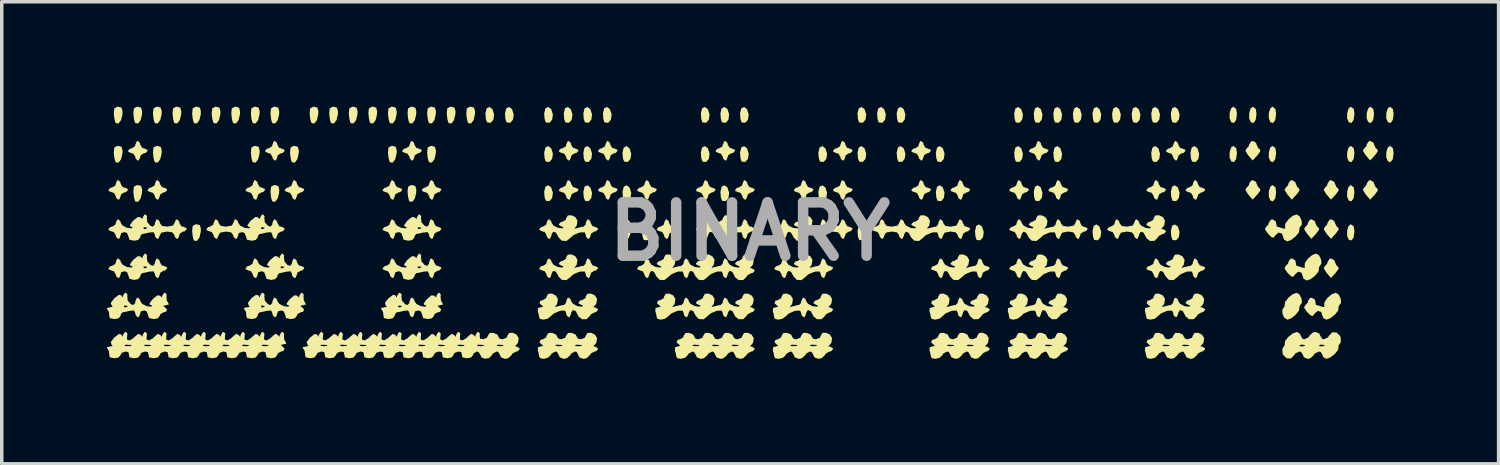
<source format=kicad_pcb>
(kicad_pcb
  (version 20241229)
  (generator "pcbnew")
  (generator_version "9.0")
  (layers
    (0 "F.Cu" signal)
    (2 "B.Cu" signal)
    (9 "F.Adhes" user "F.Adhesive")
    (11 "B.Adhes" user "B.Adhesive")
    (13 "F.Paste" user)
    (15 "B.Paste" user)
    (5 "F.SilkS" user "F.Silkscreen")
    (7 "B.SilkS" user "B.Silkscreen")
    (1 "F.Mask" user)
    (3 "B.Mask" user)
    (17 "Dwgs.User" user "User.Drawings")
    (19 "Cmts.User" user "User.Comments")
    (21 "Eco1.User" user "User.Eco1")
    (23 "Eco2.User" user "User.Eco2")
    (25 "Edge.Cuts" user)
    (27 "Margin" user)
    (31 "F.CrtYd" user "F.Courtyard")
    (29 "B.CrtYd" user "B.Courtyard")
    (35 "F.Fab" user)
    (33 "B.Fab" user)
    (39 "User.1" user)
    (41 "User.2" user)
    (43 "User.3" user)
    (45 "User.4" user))
  (footprint "BINARY"
    (layer "F.Cu")
    (at 18.382 3.569)
    (property "Reference" "BINARY" (at 0 0 0) (layer "F.Fab") (effects (font (size 1.524 1.524) (thickness 0.3))))
    (attr board_only exclude_from_pos_files exclude_from_bom)
    (fp_poly (pts (xy 13.903 -3.506) (xy 13.925 -3.363) (xy 13.899 -3.188) (xy 13.836 -3.103) (xy 13.759 -3.127) (xy 13.714 -3.239) (xy 13.716 -3.391) (xy 13.757 -3.521) (xy 13.82 -3.569)) (stroke (width 0) (type solid)) (fill yes) (layer "F.SilkS"))
    (fp_poly (pts (xy 13.903 -2.387) (xy 13.925 -2.243) (xy 13.899 -2.069) (xy 13.836 -1.984) (xy 13.759 -2.008) (xy 13.714 -2.12) (xy 13.716 -2.272) (xy 13.757 -2.402) (xy 13.82 -2.449)) (stroke (width 0) (type solid)) (fill yes) (layer "F.SilkS"))
    (fp_poly (pts (xy 14.463 -3.506) (xy 14.484 -3.363) (xy 14.459 -3.188) (xy 14.396 -3.103) (xy 14.319 -3.127) (xy 14.274 -3.239) (xy 14.276 -3.391) (xy 14.317 -3.521) (xy 14.379 -3.569)) (stroke (width 0) (type solid)) (fill yes) (layer "F.SilkS"))
    (fp_poly (pts (xy 15.023 -3.506) (xy 15.044 -3.363) (xy 15.019 -3.188) (xy 14.956 -3.103) (xy 14.879 -3.127) (xy 14.834 -3.239) (xy 14.836 -3.391) (xy 14.877 -3.521) (xy 14.939 -3.569)) (stroke (width 0) (type solid)) (fill yes) (layer "F.SilkS"))
    (fp_poly (pts (xy 15.023 -2.387) (xy 15.044 -2.243) (xy 15.019 -2.069) (xy 14.956 -1.984) (xy 14.879 -2.008) (xy 14.834 -2.12) (xy 14.836 -2.272) (xy 14.877 -2.402) (xy 14.939 -2.449)) (stroke (width 0) (type solid)) (fill yes) (layer "F.SilkS"))
    (fp_poly (pts (xy 15.023 -1.267) (xy 15.044 -1.124) (xy 15.019 -0.949) (xy 14.956 -0.864) (xy 14.879 -0.888) (xy 14.834 -1) (xy 14.836 -1.152) (xy 14.877 -1.282) (xy 14.939 -1.329)) (stroke (width 0) (type solid)) (fill yes) (layer "F.SilkS"))
    (fp_poly (pts (xy 17.262 -3.506) (xy 17.283 -3.363) (xy 17.258 -3.188) (xy 17.195 -3.103) (xy 17.118 -3.127) (xy 17.073 -3.239) (xy 17.075 -3.391) (xy 17.116 -3.521) (xy 17.178 -3.569)) (stroke (width 0) (type solid)) (fill yes) (layer "F.SilkS"))
    (fp_poly (pts (xy 17.262 -2.387) (xy 17.283 -2.243) (xy 17.258 -2.069) (xy 17.195 -1.984) (xy 17.118 -2.008) (xy 17.073 -2.12) (xy 17.075 -2.272) (xy 17.116 -2.402) (xy 17.178 -2.449)) (stroke (width 0) (type solid)) (fill yes) (layer "F.SilkS"))
    (fp_poly (pts (xy 17.262 -1.267) (xy 17.283 -1.124) (xy 17.258 -0.949) (xy 17.195 -0.864) (xy 17.118 -0.888) (xy 17.073 -1) (xy 17.075 -1.152) (xy 17.116 -1.282) (xy 17.178 -1.329)) (stroke (width 0) (type solid)) (fill yes) (layer "F.SilkS"))
    (fp_poly (pts (xy 17.262 -0.148) (xy 17.283 -0.004) (xy 17.258 0.17) (xy 17.195 0.255) (xy 17.118 0.231) (xy 17.073 0.119) (xy 17.075 -0.033) (xy 17.116 -0.162) (xy 17.178 -0.21)) (stroke (width 0) (type solid)) (fill yes) (layer "F.SilkS"))
    (fp_poly (pts (xy 17.821 -3.506) (xy 17.843 -3.363) (xy 17.818 -3.188) (xy 17.754 -3.103) (xy 17.678 -3.127) (xy 17.632 -3.239) (xy 17.635 -3.391) (xy 17.676 -3.521) (xy 17.738 -3.569)) (stroke (width 0) (type solid)) (fill yes) (layer "F.SilkS"))
    (fp_poly (pts (xy 18.381 -3.506) (xy 18.403 -3.363) (xy 18.378 -3.188) (xy 18.314 -3.103) (xy 18.238 -3.127) (xy 18.192 -3.239) (xy 18.194 -3.391) (xy 18.235 -3.521) (xy 18.298 -3.569)) (stroke (width 0) (type solid)) (fill yes) (layer "F.SilkS"))
    (fp_poly (pts (xy 18.381 -2.387) (xy 18.403 -2.243) (xy 18.378 -2.069) (xy 18.314 -1.984) (xy 18.238 -2.008) (xy 18.192 -2.12) (xy 18.194 -2.272) (xy 18.235 -2.402) (xy 18.298 -2.449)) (stroke (width 0) (type solid)) (fill yes) (layer "F.SilkS"))
    (fp_poly (pts (xy -7.357 -3.5) (xy -7.308 -3.347) (xy -7.329 -3.198) (xy -7.404 -3.11) (xy -7.5 -3.117) (xy -7.515 -3.13) (xy -7.545 -3.224) (xy -7.557 -3.375) (xy -7.522 -3.523) (xy -7.442 -3.562)) (stroke (width 0) (type solid)) (fill yes) (layer "F.SilkS"))
    (fp_poly (pts (xy -6.797 -3.5) (xy -6.748 -3.347) (xy -6.769 -3.198) (xy -6.845 -3.11) (xy -6.94 -3.117) (xy -6.955 -3.13) (xy -6.986 -3.224) (xy -6.997 -3.375) (xy -6.962 -3.523) (xy -6.882 -3.562)) (stroke (width 0) (type solid)) (fill yes) (layer "F.SilkS"))
    (fp_poly (pts (xy -5.677 -3.5) (xy -5.628 -3.347) (xy -5.65 -3.198) (xy -5.725 -3.11) (xy -5.82 -3.117) (xy -5.836 -3.13) (xy -5.866 -3.224) (xy -5.878 -3.375) (xy -5.842 -3.523) (xy -5.762 -3.562)) (stroke (width 0) (type solid)) (fill yes) (layer "F.SilkS"))
    (fp_poly (pts (xy -5.677 -2.38) (xy -5.628 -2.227) (xy -5.65 -2.079) (xy -5.725 -1.99) (xy -5.82 -1.997) (xy -5.836 -2.011) (xy -5.866 -2.104) (xy -5.878 -2.256) (xy -5.842 -2.403) (xy -5.762 -2.443)) (stroke (width 0) (type solid)) (fill yes) (layer "F.SilkS"))
    (fp_poly (pts (xy -5.677 -1.261) (xy -5.628 -1.107) (xy -5.65 -0.959) (xy -5.725 -0.87) (xy -5.82 -0.878) (xy -5.836 -0.891) (xy -5.866 -0.985) (xy -5.878 -1.136) (xy -5.842 -1.283) (xy -5.762 -1.323)) (stroke (width 0) (type solid)) (fill yes) (layer "F.SilkS"))
    (fp_poly (pts (xy -5.118 -3.5) (xy -5.069 -3.347) (xy -5.09 -3.198) (xy -5.165 -3.11) (xy -5.26 -3.117) (xy -5.276 -3.13) (xy -5.306 -3.224) (xy -5.318 -3.375) (xy -5.282 -3.523) (xy -5.202 -3.562)) (stroke (width 0) (type solid)) (fill yes) (layer "F.SilkS"))
    (fp_poly (pts (xy -4.558 -3.5) (xy -4.509 -3.347) (xy -4.53 -3.198) (xy -4.605 -3.11) (xy -4.701 -3.117) (xy -4.716 -3.13) (xy -4.747 -3.224) (xy -4.758 -3.375) (xy -4.723 -3.523) (xy -4.643 -3.562)) (stroke (width 0) (type solid)) (fill yes) (layer "F.SilkS"))
    (fp_poly (pts (xy -4.558 -2.38) (xy -4.509 -2.227) (xy -4.53 -2.079) (xy -4.605 -1.99) (xy -4.701 -1.997) (xy -4.716 -2.011) (xy -4.747 -2.104) (xy -4.758 -2.256) (xy -4.723 -2.403) (xy -4.643 -2.443)) (stroke (width 0) (type solid)) (fill yes) (layer "F.SilkS"))
    (fp_poly (pts (xy -4.558 -1.261) (xy -4.509 -1.107) (xy -4.53 -0.959) (xy -4.605 -0.87) (xy -4.701 -0.878) (xy -4.716 -0.891) (xy -4.747 -0.985) (xy -4.758 -1.136) (xy -4.723 -1.283) (xy -4.643 -1.323)) (stroke (width 0) (type solid)) (fill yes) (layer "F.SilkS"))
    (fp_poly (pts (xy -3.998 -3.5) (xy -3.949 -3.347) (xy -3.97 -3.198) (xy -4.046 -3.11) (xy -4.141 -3.117) (xy -4.157 -3.13) (xy -4.187 -3.224) (xy -4.198 -3.375) (xy -4.163 -3.523) (xy -4.083 -3.562)) (stroke (width 0) (type solid)) (fill yes) (layer "F.SilkS"))
    (fp_poly (pts (xy -3.438 -2.38) (xy -3.389 -2.227) (xy -3.41 -2.079) (xy -3.486 -1.99) (xy -3.581 -1.997) (xy -3.597 -2.011) (xy -3.627 -2.104) (xy -3.639 -2.256) (xy -3.603 -2.403) (xy -3.523 -2.443)) (stroke (width 0) (type solid)) (fill yes) (layer "F.SilkS"))
    (fp_poly (pts (xy -3.438 -1.261) (xy -3.389 -1.107) (xy -3.41 -0.959) (xy -3.486 -0.87) (xy -3.581 -0.878) (xy -3.597 -0.891) (xy -3.627 -0.985) (xy -3.639 -1.136) (xy -3.603 -1.283) (xy -3.523 -1.323)) (stroke (width 0) (type solid)) (fill yes) (layer "F.SilkS"))
    (fp_poly (pts (xy -2.879 -0.141) (xy -2.829 0.012) (xy -2.851 0.16) (xy -2.926 0.249) (xy -3.021 0.242) (xy -3.037 0.228) (xy -3.067 0.135) (xy -3.079 -0.017) (xy -3.043 -0.164) (xy -2.963 -0.204)) (stroke (width 0) (type solid)) (fill yes) (layer "F.SilkS"))
    (fp_poly (pts (xy -1.199 -3.5) (xy -1.15 -3.347) (xy -1.171 -3.198) (xy -1.247 -3.11) (xy -1.342 -3.117) (xy -1.358 -3.13) (xy -1.388 -3.224) (xy -1.399 -3.375) (xy -1.364 -3.523) (xy -1.284 -3.562)) (stroke (width 0) (type solid)) (fill yes) (layer "F.SilkS"))
    (fp_poly (pts (xy -1.199 -2.38) (xy -1.15 -2.227) (xy -1.171 -2.079) (xy -1.247 -1.99) (xy -1.342 -1.997) (xy -1.358 -2.011) (xy -1.388 -2.104) (xy -1.399 -2.256) (xy -1.364 -2.403) (xy -1.284 -2.443)) (stroke (width 0) (type solid)) (fill yes) (layer "F.SilkS"))
    (fp_poly (pts (xy -0.639 -3.5) (xy -0.59 -3.347) (xy -0.611 -3.198) (xy -0.687 -3.11) (xy -0.782 -3.117) (xy -0.798 -3.13) (xy -0.828 -3.224) (xy -0.84 -3.375) (xy -0.804 -3.523) (xy -0.724 -3.562)) (stroke (width 0) (type solid)) (fill yes) (layer "F.SilkS"))
    (fp_poly (pts (xy -0.639 -1.261) (xy -0.59 -1.107) (xy -0.611 -0.959) (xy -0.687 -0.87) (xy -0.782 -0.878) (xy -0.798 -0.891) (xy -0.828 -0.985) (xy -0.84 -1.136) (xy -0.804 -1.283) (xy -0.724 -1.323)) (stroke (width 0) (type solid)) (fill yes) (layer "F.SilkS"))
    (fp_poly (pts (xy -0.08 -3.5) (xy -0.031 -3.347) (xy -0.052 -3.198) (xy -0.127 -3.11) (xy -0.222 -3.117) (xy -0.238 -3.13) (xy -0.268 -3.224) (xy -0.28 -3.375) (xy -0.244 -3.523) (xy -0.164 -3.562)) (stroke (width 0) (type solid)) (fill yes) (layer "F.SilkS"))
    (fp_poly (pts (xy -0.08 -2.38) (xy -0.031 -2.227) (xy -0.052 -2.079) (xy -0.127 -1.99) (xy -0.222 -1.997) (xy -0.238 -2.011) (xy -0.268 -2.104) (xy -0.28 -2.256) (xy -0.244 -2.403) (xy -0.164 -2.443)) (stroke (width 0) (type solid)) (fill yes) (layer "F.SilkS"))
    (fp_poly (pts (xy 2.16 -2.38) (xy 2.209 -2.227) (xy 2.187 -2.079) (xy 2.112 -1.99) (xy 2.017 -1.997) (xy 2.001 -2.011) (xy 1.971 -2.104) (xy 1.959 -2.256) (xy 1.995 -2.403) (xy 2.075 -2.443)) (stroke (width 0) (type solid)) (fill yes) (layer "F.SilkS"))
    (fp_poly (pts (xy 2.16 -1.261) (xy 2.209 -1.107) (xy 2.187 -0.959) (xy 2.112 -0.87) (xy 2.017 -0.878) (xy 2.001 -0.891) (xy 1.971 -0.985) (xy 1.959 -1.136) (xy 1.995 -1.283) (xy 2.075 -1.323)) (stroke (width 0) (type solid)) (fill yes) (layer "F.SilkS"))
    (fp_poly (pts (xy 3.279 -3.5) (xy 3.328 -3.347) (xy 3.307 -3.198) (xy 3.231 -3.11) (xy 3.136 -3.117) (xy 3.121 -3.13) (xy 3.09 -3.224) (xy 3.079 -3.375) (xy 3.114 -3.523) (xy 3.194 -3.562)) (stroke (width 0) (type solid)) (fill yes) (layer "F.SilkS"))
    (fp_poly (pts (xy 3.279 -2.38) (xy 3.328 -2.227) (xy 3.307 -2.079) (xy 3.231 -1.99) (xy 3.136 -1.997) (xy 3.121 -2.011) (xy 3.09 -2.104) (xy 3.079 -2.256) (xy 3.114 -2.403) (xy 3.194 -2.443)) (stroke (width 0) (type solid)) (fill yes) (layer "F.SilkS"))
    (fp_poly (pts (xy 3.279 -0.141) (xy 3.328 0.012) (xy 3.307 0.16) (xy 3.231 0.249) (xy 3.136 0.242) (xy 3.121 0.228) (xy 3.09 0.135) (xy 3.079 -0.017) (xy 3.114 -0.164) (xy 3.194 -0.204)) (stroke (width 0) (type solid)) (fill yes) (layer "F.SilkS"))
    (fp_poly (pts (xy 3.839 -3.5) (xy 3.888 -3.347) (xy 3.867 -3.198) (xy 3.791 -3.11) (xy 3.696 -3.117) (xy 3.68 -3.13) (xy 3.65 -3.224) (xy 3.639 -3.375) (xy 3.674 -3.523) (xy 3.754 -3.562)) (stroke (width 0) (type solid)) (fill yes) (layer "F.SilkS"))
    (fp_poly (pts (xy 4.399 -3.5) (xy 4.448 -3.347) (xy 4.427 -3.198) (xy 4.351 -3.11) (xy 4.256 -3.117) (xy 4.24 -3.13) (xy 4.21 -3.224) (xy 4.198 -3.375) (xy 4.234 -3.523) (xy 4.314 -3.562)) (stroke (width 0) (type solid)) (fill yes) (layer "F.SilkS"))
    (fp_poly (pts (xy 4.399 -2.38) (xy 4.448 -2.227) (xy 4.427 -2.079) (xy 4.351 -1.99) (xy 4.256 -1.997) (xy 4.24 -2.011) (xy 4.21 -2.104) (xy 4.198 -2.256) (xy 4.234 -2.403) (xy 4.314 -2.443)) (stroke (width 0) (type solid)) (fill yes) (layer "F.SilkS"))
    (fp_poly (pts (xy 5.518 -2.38) (xy 5.567 -2.227) (xy 5.546 -2.079) (xy 5.471 -1.99) (xy 5.375 -1.997) (xy 5.36 -2.011) (xy 5.329 -2.104) (xy 5.318 -2.256) (xy 5.353 -2.403) (xy 5.433 -2.443)) (stroke (width 0) (type solid)) (fill yes) (layer "F.SilkS"))
    (fp_poly (pts (xy 5.518 -1.261) (xy 5.567 -1.107) (xy 5.546 -0.959) (xy 5.471 -0.87) (xy 5.375 -0.878) (xy 5.36 -0.891) (xy 5.329 -0.985) (xy 5.318 -1.136) (xy 5.353 -1.283) (xy 5.433 -1.323)) (stroke (width 0) (type solid)) (fill yes) (layer "F.SilkS"))
    (fp_poly (pts (xy 6.638 -0.141) (xy 6.687 0.012) (xy 6.666 0.16) (xy 6.59 0.249) (xy 6.495 0.242) (xy 6.479 0.228) (xy 6.449 0.135) (xy 6.437 -0.017) (xy 6.473 -0.164) (xy 6.553 -0.204)) (stroke (width 0) (type solid)) (fill yes) (layer "F.SilkS"))
    (fp_poly (pts (xy 7.757 -3.5) (xy 7.806 -3.347) (xy 7.785 -3.198) (xy 7.71 -3.11) (xy 7.614 -3.117) (xy 7.599 -3.13) (xy 7.569 -3.224) (xy 7.557 -3.375) (xy 7.593 -3.523) (xy 7.673 -3.562)) (stroke (width 0) (type solid)) (fill yes) (layer "F.SilkS"))
    (fp_poly (pts (xy 7.757 -2.38) (xy 7.806 -2.227) (xy 7.785 -2.079) (xy 7.71 -1.99) (xy 7.614 -1.997) (xy 7.599 -2.011) (xy 7.569 -2.104) (xy 7.557 -2.256) (xy 7.593 -2.403) (xy 7.673 -2.443)) (stroke (width 0) (type solid)) (fill yes) (layer "F.SilkS"))
    (fp_poly (pts (xy 8.317 -3.5) (xy 8.366 -3.347) (xy 8.345 -3.198) (xy 8.269 -3.11) (xy 8.174 -3.117) (xy 8.159 -3.13) (xy 8.128 -3.224) (xy 8.117 -3.375) (xy 8.152 -3.523) (xy 8.232 -3.562)) (stroke (width 0) (type solid)) (fill yes) (layer "F.SilkS"))
    (fp_poly (pts (xy 8.317 -1.261) (xy 8.366 -1.107) (xy 8.345 -0.959) (xy 8.269 -0.87) (xy 8.174 -0.878) (xy 8.159 -0.891) (xy 8.128 -0.985) (xy 8.117 -1.136) (xy 8.152 -1.283) (xy 8.232 -1.323)) (stroke (width 0) (type solid)) (fill yes) (layer "F.SilkS"))
    (fp_poly (pts (xy 8.877 -3.5) (xy 8.926 -3.347) (xy 8.905 -3.198) (xy 8.829 -3.11) (xy 8.734 -3.117) (xy 8.718 -3.13) (xy 8.688 -3.224) (xy 8.677 -3.375) (xy 8.712 -3.523) (xy 8.792 -3.562)) (stroke (width 0) (type solid)) (fill yes) (layer "F.SilkS"))
    (fp_poly (pts (xy 8.877 -2.38) (xy 8.926 -2.227) (xy 8.905 -2.079) (xy 8.829 -1.99) (xy 8.734 -1.997) (xy 8.718 -2.011) (xy 8.688 -2.104) (xy 8.677 -2.256) (xy 8.712 -2.403) (xy 8.792 -2.443)) (stroke (width 0) (type solid)) (fill yes) (layer "F.SilkS"))
    (fp_poly (pts (xy 9.437 -3.5) (xy 9.486 -3.347) (xy 9.465 -3.198) (xy 9.389 -3.11) (xy 9.294 -3.117) (xy 9.278 -3.13) (xy 9.248 -3.224) (xy 9.236 -3.375) (xy 9.272 -3.523) (xy 9.352 -3.562)) (stroke (width 0) (type solid)) (fill yes) (layer "F.SilkS"))
    (fp_poly (pts (xy 9.996 -3.5) (xy 10.045 -3.347) (xy 10.024 -3.198) (xy 9.949 -3.11) (xy 9.854 -3.117) (xy 9.838 -3.13) (xy 9.808 -3.224) (xy 9.796 -3.375) (xy 9.832 -3.523) (xy 9.912 -3.562)) (stroke (width 0) (type solid)) (fill yes) (layer "F.SilkS"))
    (fp_poly (pts (xy 9.996 -0.141) (xy 10.045 0.012) (xy 10.024 0.16) (xy 9.949 0.249) (xy 9.854 0.242) (xy 9.838 0.228) (xy 9.808 0.135) (xy 9.796 -0.017) (xy 9.832 -0.164) (xy 9.912 -0.204)) (stroke (width 0) (type solid)) (fill yes) (layer "F.SilkS"))
    (fp_poly (pts (xy 10.556 -3.5) (xy 10.605 -3.347) (xy 10.584 -3.198) (xy 10.509 -3.11) (xy 10.413 -3.117) (xy 10.398 -3.13) (xy 10.367 -3.224) (xy 10.356 -3.375) (xy 10.391 -3.523) (xy 10.471 -3.562)) (stroke (width 0) (type solid)) (fill yes) (layer "F.SilkS"))
    (fp_poly (pts (xy 11.116 -3.5) (xy 11.165 -3.347) (xy 11.144 -3.198) (xy 11.068 -3.11) (xy 10.973 -3.117) (xy 10.958 -3.13) (xy 10.927 -3.224) (xy 10.916 -3.375) (xy 10.951 -3.523) (xy 11.031 -3.562)) (stroke (width 0) (type solid)) (fill yes) (layer "F.SilkS"))
    (fp_poly (pts (xy 11.676 -3.5) (xy 11.725 -3.347) (xy 11.704 -3.198) (xy 11.628 -3.11) (xy 11.533 -3.117) (xy 11.517 -3.13) (xy 11.487 -3.224) (xy 11.475 -3.375) (xy 11.511 -3.523) (xy 11.591 -3.562)) (stroke (width 0) (type solid)) (fill yes) (layer "F.SilkS"))
    (fp_poly (pts (xy 11.676 -2.38) (xy 11.725 -2.227) (xy 11.704 -2.079) (xy 11.628 -1.99) (xy 11.533 -1.997) (xy 11.517 -2.011) (xy 11.487 -2.104) (xy 11.475 -2.256) (xy 11.511 -2.403) (xy 11.591 -2.443)) (stroke (width 0) (type solid)) (fill yes) (layer "F.SilkS"))
    (fp_poly (pts (xy 12.236 -3.5) (xy 12.285 -3.347) (xy 12.263 -3.198) (xy 12.188 -3.11) (xy 12.093 -3.117) (xy 12.077 -3.13) (xy 12.047 -3.224) (xy 12.035 -3.375) (xy 12.071 -3.523) (xy 12.151 -3.562)) (stroke (width 0) (type solid)) (fill yes) (layer "F.SilkS"))
    (fp_poly (pts (xy 12.236 -1.261) (xy 12.285 -1.107) (xy 12.263 -0.959) (xy 12.188 -0.87) (xy 12.093 -0.878) (xy 12.077 -0.891) (xy 12.047 -0.985) (xy 12.035 -1.136) (xy 12.071 -1.283) (xy 12.151 -1.323)) (stroke (width 0) (type solid)) (fill yes) (layer "F.SilkS"))
    (fp_poly (pts (xy 12.236 -0.141) (xy 12.285 0.012) (xy 12.263 0.16) (xy 12.188 0.249) (xy 12.093 0.242) (xy 12.077 0.228) (xy 12.047 0.135) (xy 12.035 -0.017) (xy 12.071 -0.164) (xy 12.151 -0.204)) (stroke (width 0) (type solid)) (fill yes) (layer "F.SilkS"))
    (fp_poly (pts (xy 12.795 -2.38) (xy 12.844 -2.227) (xy 12.823 -2.079) (xy 12.748 -1.99) (xy 12.652 -1.997) (xy 12.637 -2.011) (xy 12.607 -2.104) (xy 12.595 -2.256) (xy 12.631 -2.403) (xy 12.711 -2.443)) (stroke (width 0) (type solid)) (fill yes) (layer "F.SilkS"))
    (fp_poly (pts (xy -17.957 -3.542) (xy -17.929 -3.437) (xy -17.933 -3.347) (xy -17.972 -3.185) (xy -18.042 -3.092) (xy -18.116 -3.096) (xy -18.139 -3.128) (xy -18.164 -3.234) (xy -18.18 -3.376) (xy -18.165 -3.52) (xy -18.079 -3.568) (xy -18.053 -3.569)) (stroke (width 0) (type solid)) (fill yes) (layer "F.SilkS"))
    (fp_poly (pts (xy -17.957 -2.423) (xy -17.929 -2.318) (xy -17.933 -2.227) (xy -17.972 -2.066) (xy -18.042 -1.973) (xy -18.116 -1.977) (xy -18.139 -2.008) (xy -18.164 -2.114) (xy -18.18 -2.257) (xy -18.165 -2.401) (xy -18.079 -2.448) (xy -18.053 -2.449)) (stroke (width 0) (type solid)) (fill yes) (layer "F.SilkS"))
    (fp_poly (pts (xy -17.398 -3.542) (xy -17.369 -3.437) (xy -17.373 -3.347) (xy -17.412 -3.185) (xy -17.482 -3.092) (xy -17.556 -3.096) (xy -17.579 -3.128) (xy -17.605 -3.234) (xy -17.62 -3.376) (xy -17.605 -3.52) (xy -17.519 -3.568) (xy -17.493 -3.569)) (stroke (width 0) (type solid)) (fill yes) (layer "F.SilkS"))
    (fp_poly (pts (xy -17.398 -1.303) (xy -17.369 -1.198) (xy -17.373 -1.107) (xy -17.412 -0.946) (xy -17.482 -0.853) (xy -17.556 -0.857) (xy -17.579 -0.888) (xy -17.605 -0.995) (xy -17.62 -1.137) (xy -17.605 -1.281) (xy -17.519 -1.328) (xy -17.493 -1.329)) (stroke (width 0) (type solid)) (fill yes) (layer "F.SilkS"))
    (fp_poly (pts (xy -16.838 -3.542) (xy -16.809 -3.437) (xy -16.813 -3.347) (xy -16.853 -3.185) (xy -16.923 -3.092) (xy -16.997 -3.096) (xy -17.019 -3.128) (xy -17.045 -3.234) (xy -17.06 -3.376) (xy -17.045 -3.52) (xy -16.96 -3.568) (xy -16.933 -3.569)) (stroke (width 0) (type solid)) (fill yes) (layer "F.SilkS"))
    (fp_poly (pts (xy -16.838 -2.423) (xy -16.809 -2.318) (xy -16.813 -2.227) (xy -16.853 -2.066) (xy -16.923 -1.973) (xy -16.997 -1.977) (xy -17.019 -2.008) (xy -17.045 -2.114) (xy -17.06 -2.257) (xy -17.045 -2.401) (xy -16.96 -2.448) (xy -16.933 -2.449)) (stroke (width 0) (type solid)) (fill yes) (layer "F.SilkS"))
    (fp_poly (pts (xy -16.278 -3.542) (xy -16.249 -3.437) (xy -16.253 -3.347) (xy -16.293 -3.185) (xy -16.363 -3.092) (xy -16.437 -3.096) (xy -16.46 -3.128) (xy -16.485 -3.234) (xy -16.5 -3.376) (xy -16.485 -3.52) (xy -16.4 -3.568) (xy -16.374 -3.569)) (stroke (width 0) (type solid)) (fill yes) (layer "F.SilkS"))
    (fp_poly (pts (xy -15.718 -3.542) (xy -15.69 -3.437) (xy -15.694 -3.347) (xy -15.733 -3.185) (xy -15.803 -3.092) (xy -15.877 -3.096) (xy -15.9 -3.128) (xy -15.925 -3.234) (xy -15.94 -3.376) (xy -15.925 -3.52) (xy -15.84 -3.568) (xy -15.814 -3.569)) (stroke (width 0) (type solid)) (fill yes) (layer "F.SilkS"))
    (fp_poly (pts (xy -15.718 -0.183) (xy -15.69 -0.078) (xy -15.694 0.012) (xy -15.733 0.174) (xy -15.803 0.267) (xy -15.877 0.263) (xy -15.9 0.231) (xy -15.925 0.125) (xy -15.94 -0.017) (xy -15.925 -0.161) (xy -15.84 -0.209) (xy -15.814 -0.21)) (stroke (width 0) (type solid)) (fill yes) (layer "F.SilkS"))
    (fp_poly (pts (xy -15.159 -3.542) (xy -15.13 -3.437) (xy -15.134 -3.347) (xy -15.173 -3.185) (xy -15.243 -3.092) (xy -15.317 -3.096) (xy -15.34 -3.128) (xy -15.366 -3.234) (xy -15.381 -3.376) (xy -15.366 -3.52) (xy -15.28 -3.568) (xy -15.254 -3.569)) (stroke (width 0) (type solid)) (fill yes) (layer "F.SilkS"))
    (fp_poly (pts (xy -14.599 -3.542) (xy -14.57 -3.437) (xy -14.574 -3.347) (xy -14.613 -3.185) (xy -14.684 -3.092) (xy -14.757 -3.096) (xy -14.78 -3.128) (xy -14.806 -3.234) (xy -14.821 -3.376) (xy -14.806 -3.52) (xy -14.721 -3.568) (xy -14.694 -3.569)) (stroke (width 0) (type solid)) (fill yes) (layer "F.SilkS"))
    (fp_poly (pts (xy -14.039 -3.542) (xy -14.01 -3.437) (xy -14.014 -3.347) (xy -14.054 -3.185) (xy -14.124 -3.092) (xy -14.198 -3.096) (xy -14.22 -3.128) (xy -14.246 -3.234) (xy -14.261 -3.376) (xy -14.246 -3.52) (xy -14.161 -3.568) (xy -14.135 -3.569)) (stroke (width 0) (type solid)) (fill yes) (layer "F.SilkS"))
    (fp_poly (pts (xy -14.039 -2.423) (xy -14.01 -2.318) (xy -14.014 -2.227) (xy -14.054 -2.066) (xy -14.124 -1.973) (xy -14.198 -1.977) (xy -14.22 -2.008) (xy -14.246 -2.114) (xy -14.261 -2.257) (xy -14.246 -2.401) (xy -14.161 -2.448) (xy -14.135 -2.449)) (stroke (width 0) (type solid)) (fill yes) (layer "F.SilkS"))
    (fp_poly (pts (xy -13.479 -3.542) (xy -13.45 -3.437) (xy -13.454 -3.347) (xy -13.494 -3.185) (xy -13.564 -3.092) (xy -13.638 -3.096) (xy -13.661 -3.128) (xy -13.686 -3.234) (xy -13.701 -3.376) (xy -13.686 -3.52) (xy -13.601 -3.568) (xy -13.575 -3.569)) (stroke (width 0) (type solid)) (fill yes) (layer "F.SilkS"))
    (fp_poly (pts (xy -13.479 -1.303) (xy -13.45 -1.198) (xy -13.454 -1.107) (xy -13.494 -0.946) (xy -13.564 -0.853) (xy -13.638 -0.857) (xy -13.661 -0.888) (xy -13.686 -0.995) (xy -13.701 -1.137) (xy -13.686 -1.281) (xy -13.601 -1.328) (xy -13.575 -1.329)) (stroke (width 0) (type solid)) (fill yes) (layer "F.SilkS"))
    (fp_poly (pts (xy -12.919 -2.423) (xy -12.891 -2.318) (xy -12.895 -2.227) (xy -12.934 -2.066) (xy -13.004 -1.973) (xy -13.078 -1.977) (xy -13.101 -2.008) (xy -13.126 -2.114) (xy -13.142 -2.257) (xy -13.127 -2.401) (xy -13.041 -2.448) (xy -13.015 -2.449)) (stroke (width 0) (type solid)) (fill yes) (layer "F.SilkS"))
    (fp_poly (pts (xy -12.36 -3.542) (xy -12.331 -3.437) (xy -12.335 -3.347) (xy -12.374 -3.185) (xy -12.444 -3.092) (xy -12.518 -3.096) (xy -12.541 -3.128) (xy -12.567 -3.234) (xy -12.582 -3.376) (xy -12.567 -3.52) (xy -12.481 -3.568) (xy -12.455 -3.569)) (stroke (width 0) (type solid)) (fill yes) (layer "F.SilkS"))
    (fp_poly (pts (xy -11.8 -3.542) (xy -11.771 -3.437) (xy -11.775 -3.347) (xy -11.814 -3.185) (xy -11.885 -3.092) (xy -11.959 -3.096) (xy -11.981 -3.128) (xy -12.007 -3.234) (xy -12.022 -3.376) (xy -12.007 -3.52) (xy -11.922 -3.568) (xy -11.895 -3.569)) (stroke (width 0) (type solid)) (fill yes) (layer "F.SilkS"))
    (fp_poly (pts (xy -11.24 -3.542) (xy -11.211 -3.437) (xy -11.215 -3.347) (xy -11.255 -3.185) (xy -11.325 -3.092) (xy -11.399 -3.096) (xy -11.422 -3.128) (xy -11.447 -3.234) (xy -11.462 -3.376) (xy -11.447 -3.52) (xy -11.362 -3.568) (xy -11.336 -3.569)) (stroke (width 0) (type solid)) (fill yes) (layer "F.SilkS"))
    (fp_poly (pts (xy -10.68 -3.542) (xy -10.652 -3.437) (xy -10.656 -3.347) (xy -10.695 -3.185) (xy -10.765 -3.092) (xy -10.839 -3.096) (xy -10.862 -3.128) (xy -10.887 -3.234) (xy -10.902 -3.376) (xy -10.887 -3.52) (xy -10.802 -3.568) (xy -10.776 -3.569)) (stroke (width 0) (type solid)) (fill yes) (layer "F.SilkS"))
    (fp_poly (pts (xy -10.121 -3.542) (xy -10.092 -3.437) (xy -10.096 -3.347) (xy -10.135 -3.185) (xy -10.205 -3.092) (xy -10.279 -3.096) (xy -10.302 -3.128) (xy -10.327 -3.234) (xy -10.343 -3.376) (xy -10.328 -3.52) (xy -10.242 -3.568) (xy -10.216 -3.569)) (stroke (width 0) (type solid)) (fill yes) (layer "F.SilkS"))
    (fp_poly (pts (xy -10.121 -2.423) (xy -10.092 -2.318) (xy -10.096 -2.227) (xy -10.135 -2.066) (xy -10.205 -1.973) (xy -10.279 -1.977) (xy -10.302 -2.008) (xy -10.327 -2.114) (xy -10.343 -2.257) (xy -10.328 -2.401) (xy -10.242 -2.448) (xy -10.216 -2.449)) (stroke (width 0) (type solid)) (fill yes) (layer "F.SilkS"))
    (fp_poly (pts (xy -9.561 -3.542) (xy -9.532 -3.437) (xy -9.536 -3.347) (xy -9.575 -3.185) (xy -9.646 -3.092) (xy -9.719 -3.096) (xy -9.742 -3.128) (xy -9.768 -3.234) (xy -9.783 -3.376) (xy -9.768 -3.52) (xy -9.683 -3.568) (xy -9.656 -3.569)) (stroke (width 0) (type solid)) (fill yes) (layer "F.SilkS"))
    (fp_poly (pts (xy -9.561 -1.303) (xy -9.532 -1.198) (xy -9.536 -1.107) (xy -9.575 -0.946) (xy -9.646 -0.853) (xy -9.719 -0.857) (xy -9.742 -0.888) (xy -9.768 -0.995) (xy -9.783 -1.137) (xy -9.768 -1.281) (xy -9.683 -1.328) (xy -9.656 -1.329)) (stroke (width 0) (type solid)) (fill yes) (layer "F.SilkS"))
    (fp_poly (pts (xy -9.001 -3.542) (xy -8.972 -3.437) (xy -8.976 -3.347) (xy -9.016 -3.185) (xy -9.086 -3.092) (xy -9.16 -3.096) (xy -9.182 -3.128) (xy -9.208 -3.234) (xy -9.223 -3.376) (xy -9.208 -3.52) (xy -9.123 -3.568) (xy -9.096 -3.569)) (stroke (width 0) (type solid)) (fill yes) (layer "F.SilkS"))
    (fp_poly (pts (xy -9.001 -2.423) (xy -8.972 -2.318) (xy -8.976 -2.227) (xy -9.016 -2.066) (xy -9.086 -1.973) (xy -9.16 -1.977) (xy -9.182 -2.008) (xy -9.208 -2.114) (xy -9.223 -2.257) (xy -9.208 -2.401) (xy -9.123 -2.448) (xy -9.096 -2.449)) (stroke (width 0) (type solid)) (fill yes) (layer "F.SilkS"))
    (fp_poly (pts (xy -8.441 -3.542) (xy -8.412 -3.437) (xy -8.416 -3.347) (xy -8.456 -3.185) (xy -8.526 -3.092) (xy -8.6 -3.096) (xy -8.623 -3.128) (xy -8.648 -3.234) (xy -8.663 -3.376) (xy -8.648 -3.52) (xy -8.563 -3.568) (xy -8.537 -3.569)) (stroke (width 0) (type solid)) (fill yes) (layer "F.SilkS"))
    (fp_poly (pts (xy -7.881 -3.542) (xy -7.853 -3.437) (xy -7.857 -3.347) (xy -7.896 -3.185) (xy -7.966 -3.092) (xy -8.04 -3.096) (xy -8.063 -3.128) (xy -8.088 -3.234) (xy -8.104 -3.376) (xy -8.089 -3.52) (xy -8.003 -3.568) (xy -7.977 -3.569)) (stroke (width 0) (type solid)) (fill yes) (layer "F.SilkS"))
    (fp_poly (pts (xy 14.472 -2.536) (xy 14.484 -2.49) (xy 14.535 -2.382) (xy 14.569 -2.363) (xy 14.597 -2.302) (xy 14.513 -2.184) (xy 14.372 -2.033) (xy 14.242 -2.185) (xy 14.164 -2.311) (xy 14.193 -2.364) (xy 14.267 -2.448) (xy 14.274 -2.49) (xy 14.331 -2.578) (xy 14.379 -2.589)) (stroke (width 0) (type solid)) (fill yes) (layer "F.SilkS"))
    (fp_poly (pts (xy 14.472 -1.416) (xy 14.484 -1.37) (xy 14.535 -1.263) (xy 14.569 -1.243) (xy 14.597 -1.182) (xy 14.513 -1.064) (xy 14.372 -0.913) (xy 14.242 -1.065) (xy 14.164 -1.191) (xy 14.193 -1.244) (xy 14.267 -1.328) (xy 14.274 -1.37) (xy 14.331 -1.458) (xy 14.379 -1.469)) (stroke (width 0) (type solid)) (fill yes) (layer "F.SilkS"))
    (fp_poly (pts (xy 15.592 -1.416) (xy 15.604 -1.37) (xy 15.654 -1.263) (xy 15.688 -1.243) (xy 15.717 -1.182) (xy 15.632 -1.064) (xy 15.492 -0.913) (xy 15.362 -1.065) (xy 15.284 -1.191) (xy 15.313 -1.244) (xy 15.387 -1.328) (xy 15.394 -1.37) (xy 15.45 -1.458) (xy 15.499 -1.469)) (stroke (width 0) (type solid)) (fill yes) (layer "F.SilkS"))
    (fp_poly (pts (xy 16.152 -0.297) (xy 16.164 -0.251) (xy 16.214 -0.143) (xy 16.248 -0.123) (xy 16.277 -0.063) (xy 16.192 0.055) (xy 16.052 0.206) (xy 15.922 0.054) (xy 15.843 -0.072) (xy 15.873 -0.125) (xy 15.947 -0.208) (xy 15.954 -0.251) (xy 16.01 -0.338) (xy 16.059 -0.35)) (stroke (width 0) (type solid)) (fill yes) (layer "F.SilkS"))
    (fp_poly (pts (xy 16.711 -1.416) (xy 16.723 -1.37) (xy 16.774 -1.263) (xy 16.808 -1.243) (xy 16.836 -1.182) (xy 16.752 -1.064) (xy 16.611 -0.913) (xy 16.481 -1.065) (xy 16.403 -1.191) (xy 16.432 -1.244) (xy 16.507 -1.328) (xy 16.513 -1.37) (xy 16.57 -1.458) (xy 16.618 -1.469)) (stroke (width 0) (type solid)) (fill yes) (layer "F.SilkS"))
    (fp_poly (pts (xy 16.711 -0.297) (xy 16.723 -0.251) (xy 16.774 -0.143) (xy 16.808 -0.123) (xy 16.836 -0.063) (xy 16.752 0.055) (xy 16.611 0.206) (xy 16.481 0.054) (xy 16.403 -0.072) (xy 16.432 -0.125) (xy 16.507 -0.208) (xy 16.513 -0.251) (xy 16.57 -0.338) (xy 16.618 -0.35)) (stroke (width 0) (type solid)) (fill yes) (layer "F.SilkS"))
    (fp_poly (pts (xy 16.711 0.823) (xy 16.723 0.869) (xy 16.774 0.976) (xy 16.808 0.996) (xy 16.836 1.057) (xy 16.752 1.175) (xy 16.611 1.326) (xy 16.481 1.174) (xy 16.403 1.048) (xy 16.432 0.995) (xy 16.507 0.911) (xy 16.513 0.869) (xy 16.57 0.781) (xy 16.618 0.77)) (stroke (width 0) (type solid)) (fill yes) (layer "F.SilkS"))
    (fp_poly (pts (xy 17.831 -2.536) (xy 17.843 -2.49) (xy 17.893 -2.382) (xy 17.927 -2.363) (xy 17.956 -2.302) (xy 17.871 -2.184) (xy 17.731 -2.033) (xy 17.601 -2.185) (xy 17.523 -2.311) (xy 17.552 -2.364) (xy 17.626 -2.448) (xy 17.633 -2.49) (xy 17.689 -2.578) (xy 17.738 -2.589)) (stroke (width 0) (type solid)) (fill yes) (layer "F.SilkS"))
    (fp_poly (pts (xy 17.831 -1.416) (xy 17.843 -1.37) (xy 17.893 -1.263) (xy 17.927 -1.243) (xy 17.956 -1.182) (xy 17.871 -1.064) (xy 17.731 -0.913) (xy 17.601 -1.065) (xy 17.523 -1.191) (xy 17.552 -1.244) (xy 17.626 -1.328) (xy 17.633 -1.37) (xy 17.689 -1.458) (xy 17.738 -1.469)) (stroke (width 0) (type solid)) (fill yes) (layer "F.SilkS"))
    (fp_poly (pts (xy 15.714 1.802) (xy 15.771 1.919) (xy 15.781 2.036) (xy 15.742 2.088) (xy 15.703 2.154) (xy 15.711 2.173) (xy 15.695 2.261) (xy 15.603 2.377) (xy 15.478 2.478) (xy 15.367 2.519) (xy 15.276 2.46) (xy 15.229 2.362) (xy 15.222 2.231) (xy 15.256 2.181) (xy 15.295 2.115) (xy 15.287 2.096) (xy 15.303 2.007) (xy 15.395 1.891) (xy 15.52 1.79) (xy 15.631 1.749)) (stroke (width 0) (type solid)) (fill yes) (layer "F.SilkS"))
    (fp_poly (pts (xy -17.991 -1.413) (xy -17.983 -1.364) (xy -17.927 -1.272) (xy -17.878 -1.26) (xy -17.785 -1.222) (xy -17.773 -1.19) (xy -17.83 -1.127) (xy -17.878 -1.12) (xy -17.971 -1.064) (xy -17.983 -1.015) (xy -18.021 -0.921) (xy -18.053 -0.91) (xy -18.115 -0.966) (xy -18.123 -1.015) (xy -18.179 -1.107) (xy -18.228 -1.12) (xy -18.321 -1.157) (xy -18.333 -1.19) (xy -18.276 -1.252) (xy -18.228 -1.26) (xy -18.135 -1.316) (xy -18.123 -1.364) (xy -18.085 -1.458) (xy -18.053 -1.469)) (stroke (width 0) (type solid)) (fill yes) (layer "F.SilkS"))
    (fp_poly (pts (xy -17.431 -2.532) (xy -17.423 -2.484) (xy -17.367 -2.391) (xy -17.318 -2.379) (xy -17.225 -2.341) (xy -17.213 -2.309) (xy -17.27 -2.247) (xy -17.318 -2.239) (xy -17.411 -2.183) (xy -17.423 -2.134) (xy -17.461 -2.041) (xy -17.493 -2.029) (xy -17.555 -2.086) (xy -17.563 -2.134) (xy -17.619 -2.227) (xy -17.668 -2.239) (xy -17.761 -2.277) (xy -17.773 -2.309) (xy -17.716 -2.371) (xy -17.668 -2.379) (xy -17.575 -2.435) (xy -17.563 -2.484) (xy -17.525 -2.577) (xy -17.493 -2.589)) (stroke (width 0) (type solid)) (fill yes) (layer "F.SilkS"))
    (fp_poly (pts (xy -16.871 -1.413) (xy -16.863 -1.364) (xy -16.807 -1.272) (xy -16.758 -1.26) (xy -16.665 -1.222) (xy -16.653 -1.19) (xy -16.71 -1.127) (xy -16.758 -1.12) (xy -16.851 -1.064) (xy -16.863 -1.015) (xy -16.901 -0.921) (xy -16.933 -0.91) (xy -16.995 -0.966) (xy -17.003 -1.015) (xy -17.059 -1.107) (xy -17.108 -1.12) (xy -17.201 -1.157) (xy -17.213 -1.19) (xy -17.157 -1.252) (xy -17.108 -1.26) (xy -17.015 -1.316) (xy -17.003 -1.364) (xy -16.966 -1.458) (xy -16.933 -1.469)) (stroke (width 0) (type solid)) (fill yes) (layer "F.SilkS"))
    (fp_poly (pts (xy -14.072 -1.413) (xy -14.064 -1.364) (xy -14.008 -1.272) (xy -13.96 -1.26) (xy -13.866 -1.222) (xy -13.855 -1.19) (xy -13.911 -1.127) (xy -13.96 -1.12) (xy -14.052 -1.064) (xy -14.064 -1.015) (xy -14.102 -0.921) (xy -14.134 -0.91) (xy -14.197 -0.966) (xy -14.204 -1.015) (xy -14.26 -1.107) (xy -14.309 -1.12) (xy -14.402 -1.157) (xy -14.414 -1.19) (xy -14.358 -1.252) (xy -14.309 -1.26) (xy -14.217 -1.316) (xy -14.204 -1.364) (xy -14.167 -1.458) (xy -14.134 -1.469)) (stroke (width 0) (type solid)) (fill yes) (layer "F.SilkS"))
    (fp_poly (pts (xy -13.513 -2.532) (xy -13.505 -2.484) (xy -13.449 -2.391) (xy -13.4 -2.379) (xy -13.307 -2.341) (xy -13.295 -2.309) (xy -13.351 -2.247) (xy -13.4 -2.239) (xy -13.492 -2.183) (xy -13.505 -2.134) (xy -13.542 -2.041) (xy -13.575 -2.029) (xy -13.637 -2.086) (xy -13.645 -2.134) (xy -13.701 -2.227) (xy -13.75 -2.239) (xy -13.843 -2.277) (xy -13.855 -2.309) (xy -13.798 -2.371) (xy -13.75 -2.379) (xy -13.657 -2.435) (xy -13.645 -2.484) (xy -13.607 -2.577) (xy -13.575 -2.589)) (stroke (width 0) (type solid)) (fill yes) (layer "F.SilkS"))
    (fp_poly (pts (xy -12.953 -1.413) (xy -12.945 -1.364) (xy -12.889 -1.272) (xy -12.84 -1.26) (xy -12.747 -1.222) (xy -12.735 -1.19) (xy -12.792 -1.127) (xy -12.84 -1.12) (xy -12.933 -1.064) (xy -12.945 -1.015) (xy -12.983 -0.921) (xy -13.015 -0.91) (xy -13.077 -0.966) (xy -13.085 -1.015) (xy -13.141 -1.107) (xy -13.19 -1.12) (xy -13.283 -1.157) (xy -13.295 -1.19) (xy -13.238 -1.252) (xy -13.19 -1.26) (xy -13.097 -1.316) (xy -13.085 -1.364) (xy -13.047 -1.458) (xy -13.015 -1.469)) (stroke (width 0) (type solid)) (fill yes) (layer "F.SilkS"))
    (fp_poly (pts (xy -10.154 -1.413) (xy -10.146 -1.364) (xy -10.09 -1.272) (xy -10.041 -1.26) (xy -9.948 -1.222) (xy -9.936 -1.19) (xy -9.993 -1.127) (xy -10.041 -1.12) (xy -10.134 -1.064) (xy -10.146 -1.015) (xy -10.184 -0.921) (xy -10.216 -0.91) (xy -10.278 -0.966) (xy -10.286 -1.015) (xy -10.342 -1.107) (xy -10.391 -1.12) (xy -10.484 -1.157) (xy -10.496 -1.19) (xy -10.439 -1.252) (xy -10.391 -1.26) (xy -10.298 -1.316) (xy -10.286 -1.364) (xy -10.248 -1.458) (xy -10.216 -1.469)) (stroke (width 0) (type solid)) (fill yes) (layer "F.SilkS"))
    (fp_poly (pts (xy -9.594 -2.532) (xy -9.586 -2.484) (xy -9.53 -2.391) (xy -9.481 -2.379) (xy -9.388 -2.341) (xy -9.376 -2.309) (xy -9.433 -2.247) (xy -9.481 -2.239) (xy -9.574 -2.183) (xy -9.586 -2.134) (xy -9.624 -2.041) (xy -9.656 -2.029) (xy -9.718 -2.086) (xy -9.726 -2.134) (xy -9.782 -2.227) (xy -9.831 -2.239) (xy -9.924 -2.277) (xy -9.936 -2.309) (xy -9.879 -2.371) (xy -9.831 -2.379) (xy -9.738 -2.435) (xy -9.726 -2.484) (xy -9.688 -2.577) (xy -9.656 -2.589)) (stroke (width 0) (type solid)) (fill yes) (layer "F.SilkS"))
    (fp_poly (pts (xy -9.034 -1.413) (xy -9.026 -1.364) (xy -8.97 -1.272) (xy -8.921 -1.26) (xy -8.828 -1.222) (xy -8.817 -1.19) (xy -8.873 -1.127) (xy -8.921 -1.12) (xy -9.014 -1.064) (xy -9.026 -1.015) (xy -9.064 -0.921) (xy -9.096 -0.91) (xy -9.158 -0.966) (xy -9.166 -1.015) (xy -9.222 -1.107) (xy -9.271 -1.12) (xy -9.364 -1.157) (xy -9.376 -1.19) (xy -9.32 -1.252) (xy -9.271 -1.26) (xy -9.179 -1.316) (xy -9.166 -1.364) (xy -9.129 -1.458) (xy -9.096 -1.469)) (stroke (width 0) (type solid)) (fill yes) (layer "F.SilkS"))
    (fp_poly (pts (xy -5.116 -2.532) (xy -5.108 -2.484) (xy -5.052 -2.391) (xy -5.003 -2.379) (xy -4.91 -2.341) (xy -4.898 -2.309) (xy -4.955 -2.247) (xy -5.003 -2.239) (xy -5.096 -2.183) (xy -5.108 -2.134) (xy -5.146 -2.041) (xy -5.178 -2.029) (xy -5.24 -2.086) (xy -5.248 -2.134) (xy -5.304 -2.227) (xy -5.353 -2.239) (xy -5.446 -2.277) (xy -5.458 -2.309) (xy -5.401 -2.371) (xy -5.353 -2.379) (xy -5.26 -2.435) (xy -5.248 -2.484) (xy -5.21 -2.577) (xy -5.178 -2.589)) (stroke (width 0) (type solid)) (fill yes) (layer "F.SilkS"))
    (fp_poly (pts (xy -5.116 -1.413) (xy -5.108 -1.364) (xy -5.052 -1.272) (xy -5.003 -1.26) (xy -4.91 -1.222) (xy -4.898 -1.19) (xy -4.955 -1.127) (xy -5.003 -1.12) (xy -5.096 -1.064) (xy -5.108 -1.015) (xy -5.146 -0.921) (xy -5.178 -0.91) (xy -5.24 -0.966) (xy -5.248 -1.015) (xy -5.304 -1.107) (xy -5.353 -1.12) (xy -5.446 -1.157) (xy -5.458 -1.19) (xy -5.401 -1.252) (xy -5.353 -1.26) (xy -5.26 -1.316) (xy -5.248 -1.364) (xy -5.21 -1.458) (xy -5.178 -1.469)) (stroke (width 0) (type solid)) (fill yes) (layer "F.SilkS"))
    (fp_poly (pts (xy -3.996 -2.532) (xy -3.988 -2.484) (xy -3.932 -2.391) (xy -3.883 -2.379) (xy -3.79 -2.341) (xy -3.779 -2.309) (xy -3.835 -2.247) (xy -3.883 -2.239) (xy -3.976 -2.183) (xy -3.988 -2.134) (xy -4.026 -2.041) (xy -4.058 -2.029) (xy -4.12 -2.086) (xy -4.128 -2.134) (xy -4.184 -2.227) (xy -4.233 -2.239) (xy -4.326 -2.277) (xy -4.338 -2.309) (xy -4.282 -2.371) (xy -4.233 -2.379) (xy -4.141 -2.435) (xy -4.128 -2.484) (xy -4.091 -2.577) (xy -4.058 -2.589)) (stroke (width 0) (type solid)) (fill yes) (layer "F.SilkS"))
    (fp_poly (pts (xy -3.996 -1.413) (xy -3.988 -1.364) (xy -3.932 -1.272) (xy -3.883 -1.26) (xy -3.79 -1.222) (xy -3.779 -1.19) (xy -3.835 -1.127) (xy -3.883 -1.12) (xy -3.976 -1.064) (xy -3.988 -1.015) (xy -4.026 -0.921) (xy -4.058 -0.91) (xy -4.12 -0.966) (xy -4.128 -1.015) (xy -4.184 -1.107) (xy -4.233 -1.12) (xy -4.326 -1.157) (xy -4.338 -1.19) (xy -4.282 -1.252) (xy -4.233 -1.26) (xy -4.141 -1.316) (xy -4.128 -1.364) (xy -4.091 -1.458) (xy -4.058 -1.469)) (stroke (width 0) (type solid)) (fill yes) (layer "F.SilkS"))
    (fp_poly (pts (xy -3.437 -0.293) (xy -3.429 -0.245) (xy -3.373 -0.152) (xy -3.324 -0.14) (xy -3.231 -0.102) (xy -3.219 -0.07) (xy -3.275 -0.008) (xy -3.324 0) (xy -3.416 0.056) (xy -3.429 0.105) (xy -3.466 0.198) (xy -3.499 0.21) (xy -3.561 0.153) (xy -3.569 0.105) (xy -3.625 0.012) (xy -3.674 0) (xy -3.767 -0.038) (xy -3.779 -0.07) (xy -3.722 -0.132) (xy -3.674 -0.14) (xy -3.581 -0.196) (xy -3.569 -0.245) (xy -3.531 -0.338) (xy -3.499 -0.35)) (stroke (width 0) (type solid)) (fill yes) (layer "F.SilkS"))
    (fp_poly (pts (xy -2.877 -1.413) (xy -2.869 -1.364) (xy -2.813 -1.272) (xy -2.764 -1.26) (xy -2.671 -1.222) (xy -2.659 -1.19) (xy -2.716 -1.127) (xy -2.764 -1.12) (xy -2.857 -1.064) (xy -2.869 -1.015) (xy -2.907 -0.921) (xy -2.939 -0.91) (xy -3.001 -0.966) (xy -3.009 -1.015) (xy -3.065 -1.107) (xy -3.114 -1.12) (xy -3.207 -1.157) (xy -3.219 -1.19) (xy -3.162 -1.252) (xy -3.114 -1.26) (xy -3.021 -1.316) (xy -3.009 -1.364) (xy -2.971 -1.458) (xy -2.939 -1.469)) (stroke (width 0) (type solid)) (fill yes) (layer "F.SilkS"))
    (fp_poly (pts (xy -2.317 -0.293) (xy -2.309 -0.245) (xy -2.253 -0.152) (xy -2.204 -0.14) (xy -2.111 -0.102) (xy -2.099 -0.07) (xy -2.156 -0.008) (xy -2.204 0) (xy -2.297 0.056) (xy -2.309 0.105) (xy -2.347 0.198) (xy -2.379 0.21) (xy -2.441 0.153) (xy -2.449 0.105) (xy -2.505 0.012) (xy -2.554 0) (xy -2.647 -0.038) (xy -2.659 -0.07) (xy -2.602 -0.132) (xy -2.554 -0.14) (xy -2.461 -0.196) (xy -2.449 -0.245) (xy -2.411 -0.338) (xy -2.379 -0.35)) (stroke (width 0) (type solid)) (fill yes) (layer "F.SilkS"))
    (fp_poly (pts (xy -1.197 -1.413) (xy -1.19 -1.364) (xy -1.134 -1.272) (xy -1.085 -1.26) (xy -0.991 -1.222) (xy -0.98 -1.19) (xy -1.036 -1.127) (xy -1.085 -1.12) (xy -1.177 -1.064) (xy -1.19 -1.015) (xy -1.227 -0.921) (xy -1.26 -0.91) (xy -1.322 -0.966) (xy -1.329 -1.015) (xy -1.385 -1.107) (xy -1.434 -1.12) (xy -1.528 -1.157) (xy -1.539 -1.19) (xy -1.483 -1.252) (xy -1.434 -1.26) (xy -1.342 -1.316) (xy -1.329 -1.364) (xy -1.292 -1.458) (xy -1.26 -1.469)) (stroke (width 0) (type solid)) (fill yes) (layer "F.SilkS"))
    (fp_poly (pts (xy -0.638 -2.532) (xy -0.63 -2.484) (xy -0.574 -2.391) (xy -0.525 -2.379) (xy -0.432 -2.341) (xy -0.42 -2.309) (xy -0.477 -2.247) (xy -0.525 -2.239) (xy -0.618 -2.183) (xy -0.63 -2.134) (xy -0.668 -2.041) (xy -0.7 -2.029) (xy -0.762 -2.086) (xy -0.77 -2.134) (xy -0.826 -2.227) (xy -0.875 -2.239) (xy -0.968 -2.277) (xy -0.98 -2.309) (xy -0.923 -2.371) (xy -0.875 -2.379) (xy -0.782 -2.435) (xy -0.77 -2.484) (xy -0.732 -2.577) (xy -0.7 -2.589)) (stroke (width 0) (type solid)) (fill yes) (layer "F.SilkS"))
    (fp_poly (pts (xy -0.078 -1.413) (xy -0.07 -1.364) (xy -0.014 -1.272) (xy 0.035 -1.26) (xy 0.128 -1.222) (xy 0.14 -1.19) (xy 0.083 -1.127) (xy 0.035 -1.12) (xy -0.058 -1.064) (xy -0.07 -1.015) (xy -0.108 -0.921) (xy -0.14 -0.91) (xy -0.202 -0.966) (xy -0.21 -1.015) (xy -0.266 -1.107) (xy -0.315 -1.12) (xy -0.408 -1.157) (xy -0.42 -1.19) (xy -0.363 -1.252) (xy -0.315 -1.26) (xy -0.222 -1.316) (xy -0.21 -1.364) (xy -0.172 -1.458) (xy -0.14 -1.469)) (stroke (width 0) (type solid)) (fill yes) (layer "F.SilkS"))
    (fp_poly (pts (xy 1.601 -1.413) (xy 1.609 -1.364) (xy 1.665 -1.272) (xy 1.714 -1.26) (xy 1.807 -1.222) (xy 1.819 -1.19) (xy 1.763 -1.127) (xy 1.714 -1.12) (xy 1.622 -1.064) (xy 1.609 -1.015) (xy 1.572 -0.921) (xy 1.539 -0.91) (xy 1.477 -0.966) (xy 1.469 -1.015) (xy 1.413 -1.107) (xy 1.364 -1.12) (xy 1.271 -1.157) (xy 1.26 -1.19) (xy 1.316 -1.252) (xy 1.364 -1.26) (xy 1.457 -1.316) (xy 1.469 -1.364) (xy 1.507 -1.458) (xy 1.539 -1.469)) (stroke (width 0) (type solid)) (fill yes) (layer "F.SilkS"))
    (fp_poly (pts (xy 2.721 -2.532) (xy 2.729 -2.484) (xy 2.785 -2.391) (xy 2.834 -2.379) (xy 2.927 -2.341) (xy 2.939 -2.309) (xy 2.882 -2.247) (xy 2.834 -2.239) (xy 2.741 -2.183) (xy 2.729 -2.134) (xy 2.691 -2.041) (xy 2.659 -2.029) (xy 2.597 -2.086) (xy 2.589 -2.134) (xy 2.533 -2.227) (xy 2.484 -2.239) (xy 2.391 -2.277) (xy 2.379 -2.309) (xy 2.436 -2.371) (xy 2.484 -2.379) (xy 2.577 -2.435) (xy 2.589 -2.484) (xy 2.627 -2.577) (xy 2.659 -2.589)) (stroke (width 0) (type solid)) (fill yes) (layer "F.SilkS"))
    (fp_poly (pts (xy 2.721 -1.413) (xy 2.729 -1.364) (xy 2.785 -1.272) (xy 2.834 -1.26) (xy 2.927 -1.222) (xy 2.939 -1.19) (xy 2.882 -1.127) (xy 2.834 -1.12) (xy 2.741 -1.064) (xy 2.729 -1.015) (xy 2.691 -0.921) (xy 2.659 -0.91) (xy 2.597 -0.966) (xy 2.589 -1.015) (xy 2.533 -1.107) (xy 2.484 -1.12) (xy 2.391 -1.157) (xy 2.379 -1.19) (xy 2.436 -1.252) (xy 2.484 -1.26) (xy 2.577 -1.316) (xy 2.589 -1.364) (xy 2.627 -1.458) (xy 2.659 -1.469)) (stroke (width 0) (type solid)) (fill yes) (layer "F.SilkS"))
    (fp_poly (pts (xy 4.96 -2.532) (xy 4.968 -2.484) (xy 5.024 -2.391) (xy 5.073 -2.379) (xy 5.166 -2.341) (xy 5.178 -2.309) (xy 5.121 -2.247) (xy 5.073 -2.239) (xy 4.98 -2.183) (xy 4.968 -2.134) (xy 4.93 -2.041) (xy 4.898 -2.029) (xy 4.836 -2.086) (xy 4.828 -2.134) (xy 4.772 -2.227) (xy 4.723 -2.239) (xy 4.63 -2.277) (xy 4.618 -2.309) (xy 4.675 -2.371) (xy 4.723 -2.379) (xy 4.816 -2.435) (xy 4.828 -2.484) (xy 4.866 -2.577) (xy 4.898 -2.589)) (stroke (width 0) (type solid)) (fill yes) (layer "F.SilkS"))
    (fp_poly (pts (xy 4.96 -1.413) (xy 4.968 -1.364) (xy 5.024 -1.272) (xy 5.073 -1.26) (xy 5.166 -1.222) (xy 5.178 -1.19) (xy 5.121 -1.127) (xy 5.073 -1.12) (xy 4.98 -1.064) (xy 4.968 -1.015) (xy 4.93 -0.921) (xy 4.898 -0.91) (xy 4.836 -0.966) (xy 4.828 -1.015) (xy 4.772 -1.107) (xy 4.723 -1.12) (xy 4.63 -1.157) (xy 4.618 -1.19) (xy 4.675 -1.252) (xy 4.723 -1.26) (xy 4.816 -1.316) (xy 4.828 -1.364) (xy 4.866 -1.458) (xy 4.898 -1.469)) (stroke (width 0) (type solid)) (fill yes) (layer "F.SilkS"))
    (fp_poly (pts (xy 6.08 -1.413) (xy 6.088 -1.364) (xy 6.144 -1.272) (xy 6.193 -1.26) (xy 6.286 -1.222) (xy 6.298 -1.19) (xy 6.241 -1.127) (xy 6.193 -1.12) (xy 6.1 -1.064) (xy 6.088 -1.015) (xy 6.05 -0.921) (xy 6.018 -0.91) (xy 5.956 -0.966) (xy 5.948 -1.015) (xy 5.892 -1.107) (xy 5.843 -1.12) (xy 5.75 -1.157) (xy 5.738 -1.19) (xy 5.794 -1.252) (xy 5.843 -1.26) (xy 5.935 -1.316) (xy 5.948 -1.364) (xy 5.985 -1.458) (xy 6.018 -1.469)) (stroke (width 0) (type solid)) (fill yes) (layer "F.SilkS"))
    (fp_poly (pts (xy 7.759 -1.413) (xy 7.767 -1.364) (xy 7.823 -1.272) (xy 7.872 -1.26) (xy 7.965 -1.222) (xy 7.977 -1.19) (xy 7.92 -1.127) (xy 7.872 -1.12) (xy 7.779 -1.064) (xy 7.767 -1.015) (xy 7.729 -0.921) (xy 7.697 -0.91) (xy 7.635 -0.966) (xy 7.627 -1.015) (xy 7.571 -1.107) (xy 7.522 -1.12) (xy 7.429 -1.157) (xy 7.417 -1.19) (xy 7.474 -1.252) (xy 7.522 -1.26) (xy 7.615 -1.316) (xy 7.627 -1.364) (xy 7.665 -1.458) (xy 7.697 -1.469)) (stroke (width 0) (type solid)) (fill yes) (layer "F.SilkS"))
    (fp_poly (pts (xy 8.319 -2.532) (xy 8.327 -2.484) (xy 8.383 -2.391) (xy 8.432 -2.379) (xy 8.525 -2.341) (xy 8.537 -2.309) (xy 8.48 -2.247) (xy 8.432 -2.239) (xy 8.339 -2.183) (xy 8.327 -2.134) (xy 8.289 -2.041) (xy 8.257 -2.029) (xy 8.195 -2.086) (xy 8.187 -2.134) (xy 8.131 -2.227) (xy 8.082 -2.239) (xy 7.989 -2.277) (xy 7.977 -2.309) (xy 8.034 -2.371) (xy 8.082 -2.379) (xy 8.175 -2.435) (xy 8.187 -2.484) (xy 8.225 -2.577) (xy 8.257 -2.589)) (stroke (width 0) (type solid)) (fill yes) (layer "F.SilkS"))
    (fp_poly (pts (xy 8.879 -1.413) (xy 8.887 -1.364) (xy 8.943 -1.272) (xy 8.991 -1.26) (xy 9.085 -1.222) (xy 9.096 -1.19) (xy 9.04 -1.127) (xy 8.991 -1.12) (xy 8.899 -1.064) (xy 8.887 -1.015) (xy 8.849 -0.921) (xy 8.817 -0.91) (xy 8.754 -0.966) (xy 8.747 -1.015) (xy 8.691 -1.107) (xy 8.642 -1.12) (xy 8.548 -1.157) (xy 8.537 -1.19) (xy 8.593 -1.252) (xy 8.642 -1.26) (xy 8.734 -1.316) (xy 8.747 -1.364) (xy 8.784 -1.458) (xy 8.817 -1.469)) (stroke (width 0) (type solid)) (fill yes) (layer "F.SilkS"))
    (fp_poly (pts (xy 11.678 -1.413) (xy 11.685 -1.364) (xy 11.741 -1.272) (xy 11.79 -1.26) (xy 11.883 -1.222) (xy 11.895 -1.19) (xy 11.839 -1.127) (xy 11.79 -1.12) (xy 11.698 -1.064) (xy 11.685 -1.015) (xy 11.648 -0.921) (xy 11.615 -0.91) (xy 11.553 -0.966) (xy 11.545 -1.015) (xy 11.489 -1.107) (xy 11.44 -1.12) (xy 11.347 -1.157) (xy 11.336 -1.19) (xy 11.392 -1.252) (xy 11.44 -1.26) (xy 11.533 -1.316) (xy 11.545 -1.364) (xy 11.583 -1.458) (xy 11.615 -1.469)) (stroke (width 0) (type solid)) (fill yes) (layer "F.SilkS"))
    (fp_poly (pts (xy 12.237 -2.532) (xy 12.245 -2.484) (xy 12.301 -2.391) (xy 12.35 -2.379) (xy 12.443 -2.341) (xy 12.455 -2.309) (xy 12.398 -2.247) (xy 12.35 -2.239) (xy 12.257 -2.183) (xy 12.245 -2.134) (xy 12.207 -2.041) (xy 12.175 -2.029) (xy 12.113 -2.086) (xy 12.105 -2.134) (xy 12.049 -2.227) (xy 12 -2.239) (xy 11.907 -2.277) (xy 11.895 -2.309) (xy 11.952 -2.371) (xy 12 -2.379) (xy 12.093 -2.435) (xy 12.105 -2.484) (xy 12.143 -2.577) (xy 12.175 -2.589)) (stroke (width 0) (type solid)) (fill yes) (layer "F.SilkS"))
    (fp_poly (pts (xy 12.797 -1.413) (xy 12.805 -1.364) (xy 12.861 -1.272) (xy 12.91 -1.26) (xy 13.003 -1.222) (xy 13.015 -1.19) (xy 12.958 -1.127) (xy 12.91 -1.12) (xy 12.817 -1.064) (xy 12.805 -1.015) (xy 12.767 -0.921) (xy 12.735 -0.91) (xy 12.673 -0.966) (xy 12.665 -1.015) (xy 12.609 -1.107) (xy 12.56 -1.12) (xy 12.467 -1.157) (xy 12.455 -1.19) (xy 12.512 -1.252) (xy 12.56 -1.26) (xy 12.653 -1.316) (xy 12.665 -1.364) (xy 12.703 -1.458) (xy 12.735 -1.469)) (stroke (width 0) (type solid)) (fill yes) (layer "F.SilkS"))
    (fp_poly (pts (xy 15.714 -0.437) (xy 15.771 -0.321) (xy 15.781 -0.203) (xy 15.742 -0.151) (xy 15.703 -0.085) (xy 15.711 -0.067) (xy 15.696 0.023) (xy 15.602 0.139) (xy 15.475 0.239) (xy 15.359 0.28) (xy 15.266 0.226) (xy 15.254 0.179) (xy 15.21 0.057) (xy 15.115 0.028) (xy 15.028 0.101) (xy 14.972 0.175) (xy 14.905 0.155) (xy 14.813 0.063) (xy 14.722 -0.065) (xy 14.75 -0.123) (xy 14.827 -0.208) (xy 14.834 -0.251) (xy 14.89 -0.338) (xy 14.939 -0.35) (xy 15.032 -0.294) (xy 15.044 -0.245) (xy 15.06 -0.152) (xy 15.073 -0.14) (xy 15.155 -0.118) (xy 15.225 -0.093) (xy 15.309 -0.081) (xy 15.298 -0.126) (xy 15.307 -0.225) (xy 15.396 -0.349) (xy 15.521 -0.452) (xy 15.631 -0.49)) (stroke (width 0) (type solid)) (fill yes) (layer "F.SilkS"))
    (fp_poly (pts (xy 16.274 0.683) (xy 16.33 0.799) (xy 16.34 0.916) (xy 16.301 0.968) (xy 16.263 1.034) (xy 16.271 1.053) (xy 16.255 1.142) (xy 16.162 1.258) (xy 16.035 1.358) (xy 15.919 1.399) (xy 15.826 1.346) (xy 15.814 1.299) (xy 15.77 1.176) (xy 15.675 1.147) (xy 15.588 1.221) (xy 15.531 1.294) (xy 15.465 1.274) (xy 15.373 1.183) (xy 15.282 1.055) (xy 15.309 0.996) (xy 15.387 0.911) (xy 15.394 0.869) (xy 15.45 0.781) (xy 15.499 0.77) (xy 15.592 0.826) (xy 15.604 0.875) (xy 15.62 0.968) (xy 15.633 0.98) (xy 15.715 1.002) (xy 15.785 1.026) (xy 15.868 1.039) (xy 15.858 0.994) (xy 15.867 0.895) (xy 15.955 0.771) (xy 16.081 0.667) (xy 16.19 0.63)) (stroke (width 0) (type solid)) (fill yes) (layer "F.SilkS"))
    (fp_poly (pts (xy 16.833 1.802) (xy 16.89 1.919) (xy 16.9 2.036) (xy 16.861 2.088) (xy 16.822 2.154) (xy 16.83 2.173) (xy 16.815 2.262) (xy 16.722 2.378) (xy 16.594 2.478) (xy 16.479 2.519) (xy 16.386 2.465) (xy 16.374 2.418) (xy 16.33 2.296) (xy 16.235 2.267) (xy 16.148 2.34) (xy 16.091 2.414) (xy 16.025 2.394) (xy 15.932 2.302) (xy 15.842 2.174) (xy 15.869 2.116) (xy 15.947 2.031) (xy 15.954 1.988) (xy 16.01 1.901) (xy 16.059 1.889) (xy 16.151 1.945) (xy 16.164 1.994) (xy 16.18 2.088) (xy 16.193 2.099) (xy 16.275 2.121) (xy 16.344 2.146) (xy 16.428 2.158) (xy 16.417 2.114) (xy 16.427 2.015) (xy 16.515 1.89) (xy 16.641 1.787) (xy 16.75 1.749)) (stroke (width 0) (type solid)) (fill yes) (layer "F.SilkS"))
    (fp_poly (pts (xy 11.808 -0.412) (xy 11.868 -0.311) (xy 11.868 -0.311) (xy 11.846 -0.175) (xy 11.804 -0.125) (xy 11.758 -0.08) (xy 11.808 -0.071) (xy 11.889 -0.026) (xy 11.895 0) (xy 11.839 0.063) (xy 11.798 0.07) (xy 11.69 0.126) (xy 11.66 0.175) (xy 11.567 0.266) (xy 11.437 0.267) (xy 11.333 0.183) (xy 11.315 0.14) (xy 11.252 0.028) (xy 11.173 0.006) (xy 11.127 0.082) (xy 11.126 0.105) (xy 11.088 0.198) (xy 11.056 0.21) (xy 10.994 0.153) (xy 10.986 0.105) (xy 10.923 0.022) (xy 10.776 0) (xy 10.609 0.031) (xy 10.566 0.105) (xy 10.528 0.198) (xy 10.496 0.21) (xy 10.434 0.153) (xy 10.426 0.105) (xy 10.37 0.012) (xy 10.321 0) (xy 10.228 -0.038) (xy 10.216 -0.07) (xy 10.273 -0.132) (xy 10.321 -0.14) (xy 10.414 -0.196) (xy 10.426 -0.245) (xy 10.464 -0.338) (xy 10.496 -0.35) (xy 10.558 -0.293) (xy 10.566 -0.245) (xy 10.628 -0.162) (xy 10.776 -0.14) (xy 10.942 -0.171) (xy 10.986 -0.245) (xy 11.023 -0.338) (xy 11.056 -0.35) (xy 11.119 -0.294) (xy 11.126 -0.253) (xy 11.183 -0.171) (xy 11.308 -0.107) (xy 11.431 -0.091) (xy 11.467 -0.108) (xy 11.445 -0.138) (xy 11.417 -0.14) (xy 11.34 -0.187) (xy 11.336 -0.21) (xy 11.392 -0.272) (xy 11.44 -0.28) (xy 11.533 -0.336) (xy 11.545 -0.384) (xy 11.593 -0.461) (xy 11.698 -0.466)) (stroke (width 0) (type solid)) (fill yes) (layer "F.SilkS"))
    (fp_poly (pts (xy -4.986 -0.412) (xy -4.925 -0.311) (xy -4.925 -0.311) (xy -4.948 -0.17) (xy -4.989 -0.118) (xy -5.015 -0.083) (xy -4.945 -0.098) (xy -4.805 -0.134) (xy -4.752 -0.14) (xy -4.695 -0.197) (xy -4.688 -0.245) (xy -4.65 -0.338) (xy -4.618 -0.35) (xy -4.556 -0.293) (xy -4.548 -0.245) (xy -4.492 -0.152) (xy -4.443 -0.14) (xy -4.35 -0.102) (xy -4.338 -0.07) (xy -4.395 -0.008) (xy -4.443 0) (xy -4.536 0.056) (xy -4.548 0.105) (xy -4.586 0.198) (xy -4.618 0.21) (xy -4.679 0.153) (xy -4.688 0.097) (xy -4.719 0.022) (xy -4.832 0.022) (xy -4.881 0.033) (xy -5.042 0.102) (xy -5.129 0.181) (xy -5.241 0.27) (xy -5.377 0.26) (xy -5.473 0.158) (xy -5.478 0.14) (xy -5.542 0.028) (xy -5.62 0.006) (xy -5.667 0.082) (xy -5.668 0.105) (xy -5.706 0.198) (xy -5.738 0.21) (xy -5.8 0.153) (xy -5.808 0.105) (xy -5.864 0.012) (xy -5.913 0) (xy -6.006 -0.038) (xy -6.018 -0.07) (xy -5.961 -0.132) (xy -5.913 -0.14) (xy -5.82 -0.196) (xy -5.808 -0.245) (xy -5.77 -0.338) (xy -5.738 -0.35) (xy -5.674 -0.294) (xy -5.668 -0.253) (xy -5.61 -0.171) (xy -5.485 -0.107) (xy -5.362 -0.091) (xy -5.327 -0.108) (xy -5.348 -0.138) (xy -5.376 -0.14) (xy -5.453 -0.187) (xy -5.458 -0.21) (xy -5.401 -0.272) (xy -5.353 -0.28) (xy -5.26 -0.336) (xy -5.248 -0.384) (xy -5.201 -0.461) (xy -5.096 -0.466)) (stroke (width 0) (type solid)) (fill yes) (layer "F.SilkS"))
    (fp_poly (pts (xy -4.986 0.708) (xy -4.925 0.809) (xy -4.925 0.809) (xy -4.948 0.949) (xy -4.989 1.002) (xy -5.015 1.037) (xy -4.945 1.021) (xy -4.805 0.986) (xy -4.752 0.98) (xy -4.695 0.923) (xy -4.688 0.875) (xy -4.65 0.782) (xy -4.618 0.77) (xy -4.556 0.826) (xy -4.548 0.875) (xy -4.492 0.967) (xy -4.443 0.98) (xy -4.35 1.017) (xy -4.338 1.05) (xy -4.395 1.112) (xy -4.443 1.12) (xy -4.536 1.176) (xy -4.548 1.225) (xy -4.586 1.318) (xy -4.618 1.329) (xy -4.679 1.272) (xy -4.688 1.217) (xy -4.719 1.142) (xy -4.832 1.142) (xy -4.881 1.153) (xy -5.042 1.221) (xy -5.129 1.3) (xy -5.241 1.389) (xy -5.377 1.379) (xy -5.473 1.277) (xy -5.478 1.26) (xy -5.542 1.147) (xy -5.62 1.125) (xy -5.667 1.202) (xy -5.668 1.225) (xy -5.706 1.318) (xy -5.738 1.329) (xy -5.8 1.273) (xy -5.808 1.225) (xy -5.864 1.132) (xy -5.913 1.12) (xy -6.006 1.082) (xy -6.018 1.05) (xy -5.961 0.988) (xy -5.913 0.98) (xy -5.82 0.924) (xy -5.808 0.875) (xy -5.77 0.782) (xy -5.738 0.77) (xy -5.674 0.826) (xy -5.668 0.866) (xy -5.61 0.949) (xy -5.485 1.013) (xy -5.362 1.029) (xy -5.327 1.012) (xy -5.348 0.982) (xy -5.376 0.98) (xy -5.453 0.933) (xy -5.458 0.91) (xy -5.401 0.848) (xy -5.353 0.84) (xy -5.26 0.784) (xy -5.248 0.735) (xy -5.201 0.659) (xy -5.096 0.654)) (stroke (width 0) (type solid)) (fill yes) (layer "F.SilkS"))
    (fp_poly (pts (xy -0.508 -0.412) (xy -0.447 -0.311) (xy -0.447 -0.311) (xy -0.47 -0.17) (xy -0.511 -0.118) (xy -0.537 -0.083) (xy -0.467 -0.098) (xy -0.327 -0.134) (xy -0.274 -0.14) (xy -0.217 -0.197) (xy -0.21 -0.245) (xy -0.172 -0.338) (xy -0.14 -0.35) (xy -0.078 -0.293) (xy -0.07 -0.245) (xy -0.014 -0.152) (xy 0.035 -0.14) (xy 0.128 -0.102) (xy 0.14 -0.07) (xy 0.083 -0.008) (xy 0.035 0) (xy -0.058 0.056) (xy -0.07 0.105) (xy -0.108 0.198) (xy -0.14 0.21) (xy -0.201 0.153) (xy -0.21 0.097) (xy -0.24 0.022) (xy -0.354 0.022) (xy -0.402 0.033) (xy -0.564 0.102) (xy -0.651 0.181) (xy -0.763 0.27) (xy -0.899 0.26) (xy -0.994 0.158) (xy -1 0.14) (xy -1.064 0.028) (xy -1.142 0.006) (xy -1.188 0.082) (xy -1.19 0.105) (xy -1.227 0.198) (xy -1.26 0.21) (xy -1.322 0.153) (xy -1.329 0.105) (xy -1.385 0.012) (xy -1.434 0) (xy -1.528 -0.038) (xy -1.539 -0.07) (xy -1.483 -0.132) (xy -1.434 -0.14) (xy -1.342 -0.196) (xy -1.329 -0.245) (xy -1.292 -0.338) (xy -1.26 -0.35) (xy -1.196 -0.294) (xy -1.19 -0.253) (xy -1.132 -0.171) (xy -1.007 -0.107) (xy -0.884 -0.091) (xy -0.849 -0.108) (xy -0.87 -0.138) (xy -0.898 -0.14) (xy -0.975 -0.187) (xy -0.98 -0.21) (xy -0.923 -0.272) (xy -0.875 -0.28) (xy -0.782 -0.336) (xy -0.77 -0.384) (xy -0.723 -0.461) (xy -0.617 -0.466)) (stroke (width 0) (type solid)) (fill yes) (layer "F.SilkS"))
    (fp_poly (pts (xy 1.732 0.708) (xy 1.792 0.809) (xy 1.792 0.809) (xy 1.769 0.949) (xy 1.728 1.002) (xy 1.702 1.037) (xy 1.773 1.021) (xy 1.913 0.986) (xy 1.965 0.98) (xy 2.022 0.923) (xy 2.029 0.875) (xy 2.067 0.782) (xy 2.099 0.77) (xy 2.161 0.826) (xy 2.169 0.875) (xy 2.225 0.967) (xy 2.274 0.98) (xy 2.367 1.017) (xy 2.379 1.05) (xy 2.322 1.112) (xy 2.274 1.12) (xy 2.181 1.176) (xy 2.169 1.225) (xy 2.131 1.318) (xy 2.099 1.329) (xy 2.038 1.272) (xy 2.029 1.217) (xy 1.999 1.142) (xy 1.885 1.142) (xy 1.837 1.153) (xy 1.675 1.221) (xy 1.588 1.3) (xy 1.476 1.389) (xy 1.34 1.379) (xy 1.245 1.277) (xy 1.239 1.26) (xy 1.176 1.147) (xy 1.097 1.125) (xy 1.051 1.202) (xy 1.05 1.225) (xy 1.012 1.318) (xy 0.98 1.329) (xy 0.918 1.273) (xy 0.91 1.225) (xy 0.854 1.132) (xy 0.805 1.12) (xy 0.712 1.082) (xy 0.7 1.05) (xy 0.756 0.988) (xy 0.805 0.98) (xy 0.897 0.924) (xy 0.91 0.875) (xy 0.947 0.782) (xy 0.98 0.77) (xy 1.043 0.826) (xy 1.05 0.866) (xy 1.107 0.949) (xy 1.232 1.013) (xy 1.355 1.029) (xy 1.391 1.012) (xy 1.369 0.982) (xy 1.341 0.98) (xy 1.264 0.933) (xy 1.26 0.91) (xy 1.316 0.848) (xy 1.364 0.84) (xy 1.457 0.784) (xy 1.469 0.735) (xy 1.516 0.659) (xy 1.622 0.654)) (stroke (width 0) (type solid)) (fill yes) (layer "F.SilkS"))
    (fp_poly (pts (xy 6.21 0.708) (xy 6.27 0.809) (xy 6.27 0.809) (xy 6.248 0.949) (xy 6.206 1.002) (xy 6.18 1.037) (xy 6.251 1.021) (xy 6.391 0.986) (xy 6.443 0.98) (xy 6.5 0.923) (xy 6.507 0.875) (xy 6.545 0.782) (xy 6.577 0.77) (xy 6.639 0.826) (xy 6.647 0.875) (xy 6.703 0.967) (xy 6.752 0.98) (xy 6.845 1.017) (xy 6.857 1.05) (xy 6.801 1.112) (xy 6.752 1.12) (xy 6.66 1.176) (xy 6.647 1.225) (xy 6.61 1.318) (xy 6.577 1.329) (xy 6.517 1.272) (xy 6.507 1.217) (xy 6.477 1.142) (xy 6.363 1.142) (xy 6.315 1.153) (xy 6.154 1.221) (xy 6.067 1.3) (xy 5.954 1.389) (xy 5.818 1.379) (xy 5.723 1.277) (xy 5.717 1.26) (xy 5.654 1.147) (xy 5.575 1.125) (xy 5.529 1.202) (xy 5.528 1.225) (xy 5.49 1.318) (xy 5.458 1.329) (xy 5.396 1.273) (xy 5.388 1.225) (xy 5.332 1.132) (xy 5.283 1.12) (xy 5.19 1.082) (xy 5.178 1.05) (xy 5.235 0.988) (xy 5.283 0.98) (xy 5.376 0.924) (xy 5.388 0.875) (xy 5.426 0.782) (xy 5.458 0.77) (xy 5.521 0.826) (xy 5.528 0.866) (xy 5.585 0.949) (xy 5.711 1.013) (xy 5.833 1.029) (xy 5.869 1.012) (xy 5.847 0.982) (xy 5.819 0.98) (xy 5.742 0.933) (xy 5.738 0.91) (xy 5.794 0.848) (xy 5.843 0.84) (xy 5.935 0.784) (xy 5.948 0.735) (xy 5.995 0.659) (xy 6.1 0.654)) (stroke (width 0) (type solid)) (fill yes) (layer "F.SilkS"))
    (fp_poly (pts (xy 8.449 0.708) (xy 8.509 0.809) (xy 8.509 0.809) (xy 8.487 0.949) (xy 8.445 1.002) (xy 8.419 1.037) (xy 8.49 1.021) (xy 8.63 0.986) (xy 8.682 0.98) (xy 8.739 0.923) (xy 8.747 0.875) (xy 8.784 0.782) (xy 8.817 0.77) (xy 8.879 0.826) (xy 8.887 0.875) (xy 8.943 0.967) (xy 8.991 0.98) (xy 9.085 1.017) (xy 9.096 1.05) (xy 9.04 1.112) (xy 8.991 1.12) (xy 8.899 1.176) (xy 8.887 1.225) (xy 8.849 1.318) (xy 8.817 1.329) (xy 8.756 1.272) (xy 8.747 1.217) (xy 8.716 1.142) (xy 8.602 1.142) (xy 8.554 1.153) (xy 8.393 1.221) (xy 8.306 1.3) (xy 8.193 1.389) (xy 8.057 1.379) (xy 7.962 1.277) (xy 7.957 1.26) (xy 7.893 1.147) (xy 7.814 1.125) (xy 7.768 1.202) (xy 7.767 1.225) (xy 7.729 1.318) (xy 7.697 1.329) (xy 7.635 1.273) (xy 7.627 1.225) (xy 7.571 1.132) (xy 7.522 1.12) (xy 7.429 1.082) (xy 7.417 1.05) (xy 7.474 0.988) (xy 7.522 0.98) (xy 7.615 0.924) (xy 7.627 0.875) (xy 7.665 0.782) (xy 7.697 0.77) (xy 7.76 0.826) (xy 7.767 0.866) (xy 7.824 0.949) (xy 7.95 1.013) (xy 8.072 1.029) (xy 8.108 1.012) (xy 8.086 0.982) (xy 8.058 0.98) (xy 7.981 0.933) (xy 7.977 0.91) (xy 8.034 0.848) (xy 8.082 0.84) (xy 8.175 0.784) (xy 8.187 0.735) (xy 8.234 0.659) (xy 8.339 0.654)) (stroke (width 0) (type solid)) (fill yes) (layer "F.SilkS"))
    (fp_poly (pts (xy 12.367 0.708) (xy 12.428 0.809) (xy 12.428 0.809) (xy 12.405 0.949) (xy 12.364 1.002) (xy 12.338 1.037) (xy 12.408 1.021) (xy 12.548 0.986) (xy 12.601 0.98) (xy 12.658 0.923) (xy 12.665 0.875) (xy 12.703 0.782) (xy 12.735 0.77) (xy 12.797 0.826) (xy 12.805 0.875) (xy 12.861 0.967) (xy 12.91 0.98) (xy 13.003 1.017) (xy 13.015 1.05) (xy 12.958 1.112) (xy 12.91 1.12) (xy 12.817 1.176) (xy 12.805 1.225) (xy 12.767 1.318) (xy 12.735 1.329) (xy 12.674 1.272) (xy 12.665 1.217) (xy 12.635 1.142) (xy 12.521 1.142) (xy 12.473 1.153) (xy 12.311 1.221) (xy 12.224 1.3) (xy 12.112 1.389) (xy 11.976 1.379) (xy 11.881 1.277) (xy 11.875 1.26) (xy 11.811 1.147) (xy 11.733 1.125) (xy 11.687 1.202) (xy 11.685 1.225) (xy 11.648 1.318) (xy 11.615 1.329) (xy 11.553 1.273) (xy 11.545 1.225) (xy 11.489 1.132) (xy 11.44 1.12) (xy 11.347 1.082) (xy 11.336 1.05) (xy 11.392 0.988) (xy 11.44 0.98) (xy 11.533 0.924) (xy 11.545 0.875) (xy 11.583 0.782) (xy 11.615 0.77) (xy 11.679 0.826) (xy 11.685 0.866) (xy 11.743 0.949) (xy 11.868 1.013) (xy 11.991 1.029) (xy 12.026 1.012) (xy 12.005 0.982) (xy 11.977 0.98) (xy 11.9 0.933) (xy 11.895 0.91) (xy 11.952 0.848) (xy 12 0.84) (xy 12.093 0.784) (xy 12.105 0.735) (xy 12.152 0.659) (xy 12.258 0.654)) (stroke (width 0) (type solid)) (fill yes) (layer "F.SilkS"))
    (fp_poly (pts (xy 16.28 2.915) (xy 16.304 2.974) (xy 16.36 3.066) (xy 16.411 3.079) (xy 16.527 3.022) (xy 16.558 2.974) (xy 16.649 2.88) (xy 16.773 2.886) (xy 16.872 2.982) (xy 16.888 3.026) (xy 16.895 3.157) (xy 16.861 3.207) (xy 16.822 3.273) (xy 16.83 3.292) (xy 16.815 3.381) (xy 16.722 3.497) (xy 16.594 3.597) (xy 16.479 3.639) (xy 16.386 3.583) (xy 16.374 3.534) (xy 16.317 3.441) (xy 16.266 3.429) (xy 16.15 3.485) (xy 16.119 3.534) (xy 16.024 3.622) (xy 15.946 3.639) (xy 15.837 3.593) (xy 15.814 3.534) (xy 15.758 3.441) (xy 15.707 3.429) (xy 15.59 3.485) (xy 15.559 3.534) (xy 15.468 3.627) (xy 15.345 3.622) (xy 15.245 3.525) (xy 15.229 3.481) (xy 15.222 3.351) (xy 15.256 3.3) (xy 15.273 3.272) (xy 15.704 3.272) (xy 15.773 3.283) (xy 15.852 3.272) (xy 16.264 3.272) (xy 16.333 3.283) (xy 16.423 3.27) (xy 16.425 3.246) (xy 16.331 3.23) (xy 16.29 3.241) (xy 16.264 3.272) (xy 15.852 3.272) (xy 15.864 3.27) (xy 15.865 3.246) (xy 15.771 3.23) (xy 15.731 3.241) (xy 15.704 3.272) (xy 15.273 3.272) (xy 15.295 3.234) (xy 15.287 3.215) (xy 15.302 3.126) (xy 15.395 3.01) (xy 15.523 2.91) (xy 15.639 2.869) (xy 15.732 2.925) (xy 15.744 2.974) (xy 15.8 3.066) (xy 15.851 3.079) (xy 15.968 3.022) (xy 15.998 2.974) (xy 16.094 2.885) (xy 16.171 2.869)) (stroke (width 0) (type solid)) (fill yes) (layer "F.SilkS"))
    (fp_poly (pts (xy -4.426 1.827) (xy -4.365 1.928) (xy -4.365 1.929) (xy -4.388 2.064) (xy -4.43 2.114) (xy -4.475 2.159) (xy -4.426 2.168) (xy -4.344 2.213) (xy -4.338 2.239) (xy -4.394 2.302) (xy -4.436 2.309) (xy -4.544 2.366) (xy -4.574 2.414) (xy -4.667 2.505) (xy -4.797 2.506) (xy -4.901 2.422) (xy -4.918 2.379) (xy -4.982 2.267) (xy -5.061 2.245) (xy -5.107 2.321) (xy -5.108 2.344) (xy -5.146 2.437) (xy -5.178 2.449) (xy -5.239 2.392) (xy -5.248 2.336) (xy -5.278 2.261) (xy -5.392 2.261) (xy -5.44 2.272) (xy -5.602 2.341) (xy -5.689 2.42) (xy -5.778 2.491) (xy -5.903 2.518) (xy -5.999 2.494) (xy -6.018 2.455) (xy -6.041 2.337) (xy -6.06 2.28) (xy -6.053 2.186) (xy -5.973 2.164) (xy -5.903 2.146) (xy -5.93 2.123) (xy -6.012 2.049) (xy -5.984 1.977) (xy -5.913 1.959) (xy -5.82 1.903) (xy -5.808 1.855) (xy -5.761 1.778) (xy -5.655 1.773) (xy -5.546 1.827) (xy -5.485 1.928) (xy -5.485 1.929) (xy -5.508 2.069) (xy -5.549 2.122) (xy -5.575 2.157) (xy -5.505 2.141) (xy -5.365 2.105) (xy -5.312 2.099) (xy -5.255 2.042) (xy -5.248 1.994) (xy -5.21 1.901) (xy -5.178 1.889) (xy -5.115 1.945) (xy -5.108 1.986) (xy -5.051 2.068) (xy -4.925 2.132) (xy -4.803 2.148) (xy -4.767 2.131) (xy -4.789 2.101) (xy -4.816 2.099) (xy -4.893 2.052) (xy -4.898 2.029) (xy -4.841 1.967) (xy -4.793 1.959) (xy -4.7 1.903) (xy -4.688 1.855) (xy -4.641 1.778) (xy -4.536 1.773)) (stroke (width 0) (type solid)) (fill yes) (layer "F.SilkS"))
    (fp_poly (pts (xy 2.291 1.827) (xy 2.352 1.928) (xy 2.352 1.929) (xy 2.33 2.064) (xy 2.288 2.114) (xy 2.242 2.159) (xy 2.292 2.168) (xy 2.373 2.213) (xy 2.379 2.239) (xy 2.323 2.302) (xy 2.282 2.309) (xy 2.174 2.366) (xy 2.144 2.414) (xy 2.051 2.505) (xy 1.92 2.506) (xy 1.816 2.422) (xy 1.799 2.379) (xy 1.735 2.267) (xy 1.657 2.245) (xy 1.611 2.321) (xy 1.609 2.344) (xy 1.572 2.437) (xy 1.539 2.449) (xy 1.479 2.392) (xy 1.469 2.336) (xy 1.439 2.261) (xy 1.325 2.261) (xy 1.277 2.272) (xy 1.116 2.341) (xy 1.029 2.42) (xy 0.939 2.491) (xy 0.815 2.518) (xy 0.718 2.494) (xy 0.7 2.455) (xy 0.677 2.337) (xy 0.657 2.28) (xy 0.665 2.186) (xy 0.745 2.164) (xy 0.815 2.146) (xy 0.787 2.123) (xy 0.705 2.049) (xy 0.733 1.977) (xy 0.805 1.959) (xy 0.897 1.903) (xy 0.91 1.855) (xy 0.957 1.778) (xy 1.062 1.773) (xy 1.172 1.827) (xy 1.232 1.928) (xy 1.232 1.929) (xy 1.21 2.069) (xy 1.168 2.122) (xy 1.142 2.157) (xy 1.213 2.141) (xy 1.353 2.105) (xy 1.405 2.099) (xy 1.462 2.042) (xy 1.469 1.994) (xy 1.507 1.901) (xy 1.539 1.889) (xy 1.603 1.945) (xy 1.609 1.986) (xy 1.667 2.068) (xy 1.792 2.132) (xy 1.915 2.148) (xy 1.95 2.131) (xy 1.929 2.101) (xy 1.901 2.099) (xy 1.824 2.052) (xy 1.819 2.029) (xy 1.876 1.967) (xy 1.924 1.959) (xy 2.017 1.903) (xy 2.029 1.855) (xy 2.076 1.778) (xy 2.182 1.773)) (stroke (width 0) (type solid)) (fill yes) (layer "F.SilkS"))
    (fp_poly (pts (xy 6.77 1.827) (xy 6.83 1.928) (xy 6.83 1.929) (xy 6.808 2.064) (xy 6.766 2.114) (xy 6.72 2.159) (xy 6.77 2.168) (xy 6.851 2.213) (xy 6.857 2.239) (xy 6.801 2.302) (xy 6.76 2.309) (xy 6.652 2.366) (xy 6.622 2.414) (xy 6.529 2.505) (xy 6.399 2.506) (xy 6.295 2.422) (xy 6.277 2.379) (xy 6.214 2.267) (xy 6.135 2.245) (xy 6.089 2.321) (xy 6.088 2.344) (xy 6.05 2.437) (xy 6.018 2.449) (xy 5.957 2.392) (xy 5.948 2.336) (xy 5.917 2.261) (xy 5.803 2.261) (xy 5.755 2.272) (xy 5.594 2.341) (xy 5.507 2.42) (xy 5.417 2.491) (xy 5.293 2.518) (xy 5.197 2.494) (xy 5.178 2.455) (xy 5.155 2.337) (xy 5.135 2.28) (xy 5.143 2.186) (xy 5.223 2.164) (xy 5.293 2.146) (xy 5.265 2.123) (xy 5.184 2.049) (xy 5.211 1.977) (xy 5.283 1.959) (xy 5.376 1.903) (xy 5.388 1.855) (xy 5.435 1.778) (xy 5.54 1.773) (xy 5.65 1.827) (xy 5.711 1.928) (xy 5.711 1.929) (xy 5.688 2.069) (xy 5.646 2.122) (xy 5.62 2.157) (xy 5.691 2.141) (xy 5.831 2.105) (xy 5.883 2.099) (xy 5.94 2.042) (xy 5.948 1.994) (xy 5.985 1.901) (xy 6.018 1.889) (xy 6.081 1.945) (xy 6.088 1.986) (xy 6.145 2.068) (xy 6.27 2.132) (xy 6.393 2.148) (xy 6.429 2.131) (xy 6.407 2.101) (xy 6.379 2.099) (xy 6.302 2.052) (xy 6.298 2.029) (xy 6.354 1.967) (xy 6.402 1.959) (xy 6.495 1.903) (xy 6.507 1.855) (xy 6.554 1.778) (xy 6.66 1.773)) (stroke (width 0) (type solid)) (fill yes) (layer "F.SilkS"))
    (fp_poly (pts (xy 9.009 1.827) (xy 9.069 1.928) (xy 9.069 1.929) (xy 9.047 2.064) (xy 9.005 2.114) (xy 8.96 2.159) (xy 9.009 2.168) (xy 9.09 2.213) (xy 9.096 2.239) (xy 9.04 2.302) (xy 8.999 2.309) (xy 8.891 2.366) (xy 8.861 2.414) (xy 8.768 2.505) (xy 8.638 2.506) (xy 8.534 2.422) (xy 8.516 2.379) (xy 8.453 2.267) (xy 8.374 2.245) (xy 8.328 2.321) (xy 8.327 2.344) (xy 8.289 2.437) (xy 8.257 2.449) (xy 8.196 2.392) (xy 8.187 2.336) (xy 8.156 2.261) (xy 8.043 2.261) (xy 7.994 2.272) (xy 7.833 2.341) (xy 7.746 2.42) (xy 7.656 2.491) (xy 7.532 2.518) (xy 7.436 2.494) (xy 7.417 2.455) (xy 7.394 2.337) (xy 7.375 2.28) (xy 7.382 2.186) (xy 7.462 2.164) (xy 7.532 2.146) (xy 7.505 2.123) (xy 7.423 2.049) (xy 7.45 1.977) (xy 7.522 1.959) (xy 7.615 1.903) (xy 7.627 1.855) (xy 7.674 1.778) (xy 7.779 1.773) (xy 7.889 1.827) (xy 7.95 1.928) (xy 7.95 1.929) (xy 7.927 2.069) (xy 7.886 2.122) (xy 7.86 2.157) (xy 7.93 2.141) (xy 8.07 2.105) (xy 8.123 2.099) (xy 8.18 2.042) (xy 8.187 1.994) (xy 8.225 1.901) (xy 8.257 1.889) (xy 8.32 1.945) (xy 8.327 1.986) (xy 8.384 2.068) (xy 8.509 2.132) (xy 8.632 2.148) (xy 8.668 2.131) (xy 8.646 2.101) (xy 8.618 2.099) (xy 8.541 2.052) (xy 8.537 2.029) (xy 8.593 1.967) (xy 8.642 1.959) (xy 8.734 1.903) (xy 8.747 1.855) (xy 8.794 1.778) (xy 8.899 1.773)) (stroke (width 0) (type solid)) (fill yes) (layer "F.SilkS"))
    (fp_poly (pts (xy 12.927 1.827) (xy 12.988 1.928) (xy 12.988 1.929) (xy 12.965 2.064) (xy 12.924 2.114) (xy 12.878 2.159) (xy 12.927 2.168) (xy 13.009 2.213) (xy 13.015 2.239) (xy 12.959 2.302) (xy 12.917 2.309) (xy 12.809 2.366) (xy 12.78 2.414) (xy 12.687 2.505) (xy 12.556 2.506) (xy 12.452 2.422) (xy 12.435 2.379) (xy 12.371 2.267) (xy 12.293 2.245) (xy 12.246 2.321) (xy 12.245 2.344) (xy 12.207 2.437) (xy 12.175 2.449) (xy 12.114 2.392) (xy 12.105 2.336) (xy 12.075 2.261) (xy 11.961 2.261) (xy 11.913 2.272) (xy 11.751 2.341) (xy 11.664 2.42) (xy 11.575 2.491) (xy 11.451 2.518) (xy 11.354 2.494) (xy 11.336 2.455) (xy 11.312 2.337) (xy 11.293 2.28) (xy 11.301 2.186) (xy 11.381 2.164) (xy 11.451 2.146) (xy 11.423 2.123) (xy 11.341 2.049) (xy 11.369 1.977) (xy 11.44 1.959) (xy 11.533 1.903) (xy 11.545 1.855) (xy 11.593 1.778) (xy 11.698 1.773) (xy 11.808 1.827) (xy 11.868 1.928) (xy 11.868 1.929) (xy 11.845 2.069) (xy 11.804 2.122) (xy 11.778 2.157) (xy 11.849 2.141) (xy 11.989 2.105) (xy 12.041 2.099) (xy 12.098 2.042) (xy 12.105 1.994) (xy 12.143 1.901) (xy 12.175 1.889) (xy 12.239 1.945) (xy 12.245 1.986) (xy 12.303 2.068) (xy 12.428 2.132) (xy 12.55 2.148) (xy 12.586 2.131) (xy 12.565 2.101) (xy 12.537 2.099) (xy 12.46 2.052) (xy 12.455 2.029) (xy 12.512 1.967) (xy 12.56 1.959) (xy 12.653 1.903) (xy 12.665 1.855) (xy 12.712 1.778) (xy 12.817 1.773)) (stroke (width 0) (type solid)) (fill yes) (layer "F.SilkS"))
    (fp_poly (pts (xy -17.227 0.68) (xy -17.235 0.726) (xy -17.222 0.852) (xy -17.13 0.957) (xy -17.059 0.98) (xy -17.01 0.923) (xy -17.003 0.875) (xy -16.966 0.782) (xy -16.933 0.77) (xy -16.871 0.826) (xy -16.863 0.875) (xy -16.807 0.967) (xy -16.758 0.98) (xy -16.665 1.017) (xy -16.653 1.05) (xy -16.71 1.112) (xy -16.758 1.12) (xy -16.851 1.176) (xy -16.863 1.225) (xy -16.901 1.318) (xy -16.933 1.329) (xy -16.994 1.272) (xy -17.003 1.216) (xy -17.04 1.137) (xy -17.161 1.145) (xy -17.306 1.179) (xy -17.371 1.189) (xy -17.418 1.246) (xy -17.423 1.286) (xy -17.484 1.36) (xy -17.599 1.382) (xy -17.734 1.351) (xy -17.757 1.271) (xy -17.797 1.166) (xy -17.86 1.134) (xy -17.965 1.159) (xy -17.983 1.219) (xy -18.019 1.316) (xy -18.053 1.329) (xy -18.115 1.273) (xy -18.123 1.225) (xy -18.179 1.132) (xy -18.228 1.12) (xy -18.321 1.082) (xy -18.333 1.05) (xy -18.276 0.988) (xy -18.228 0.98) (xy -18.135 0.924) (xy -18.123 0.875) (xy -18.085 0.782) (xy -18.053 0.77) (xy -17.989 0.826) (xy -17.983 0.866) (xy -17.925 0.949) (xy -17.8 1.013) (xy -17.678 1.029) (xy -17.642 1.012) (xy -17.649 1.003) (xy -17.33 1.003) (xy -17.32 1.045) (xy -17.283 1.05) (xy -17.226 1.024) (xy -17.237 1.003) (xy -17.32 0.995) (xy -17.33 1.003) (xy -17.649 1.003) (xy -17.665 0.982) (xy -17.699 0.98) (xy -17.719 0.938) (xy -17.645 0.832) (xy -17.624 0.81) (xy -17.493 0.702) (xy -17.415 0.712) (xy -17.408 0.722) (xy -17.363 0.766) (xy -17.354 0.717) (xy -17.304 0.636) (xy -17.276 0.63)) (stroke (width 0) (type solid)) (fill yes) (layer "F.SilkS"))
    (fp_poly (pts (xy -13.309 0.68) (xy -13.317 0.726) (xy -13.303 0.852) (xy -13.212 0.957) (xy -13.141 0.98) (xy -13.091 0.923) (xy -13.085 0.875) (xy -13.047 0.782) (xy -13.015 0.77) (xy -12.953 0.826) (xy -12.945 0.875) (xy -12.889 0.967) (xy -12.84 0.98) (xy -12.747 1.017) (xy -12.735 1.05) (xy -12.792 1.112) (xy -12.84 1.12) (xy -12.933 1.176) (xy -12.945 1.225) (xy -12.983 1.318) (xy -13.015 1.329) (xy -13.076 1.272) (xy -13.085 1.216) (xy -13.122 1.137) (xy -13.242 1.145) (xy -13.388 1.179) (xy -13.452 1.189) (xy -13.5 1.246) (xy -13.505 1.286) (xy -13.565 1.36) (xy -13.681 1.382) (xy -13.815 1.351) (xy -13.838 1.271) (xy -13.879 1.166) (xy -13.942 1.134) (xy -14.046 1.159) (xy -14.064 1.219) (xy -14.101 1.316) (xy -14.134 1.329) (xy -14.197 1.273) (xy -14.204 1.225) (xy -14.26 1.132) (xy -14.309 1.12) (xy -14.402 1.082) (xy -14.414 1.05) (xy -14.358 0.988) (xy -14.309 0.98) (xy -14.217 0.924) (xy -14.204 0.875) (xy -14.167 0.782) (xy -14.134 0.77) (xy -14.071 0.826) (xy -14.064 0.866) (xy -14.007 0.949) (xy -13.882 1.013) (xy -13.759 1.029) (xy -13.723 1.012) (xy -13.73 1.003) (xy -13.411 1.003) (xy -13.402 1.045) (xy -13.365 1.05) (xy -13.307 1.024) (xy -13.318 1.003) (xy -13.401 0.995) (xy -13.411 1.003) (xy -13.73 1.003) (xy -13.746 0.982) (xy -13.78 0.98) (xy -13.8 0.938) (xy -13.726 0.832) (xy -13.706 0.81) (xy -13.575 0.702) (xy -13.497 0.712) (xy -13.489 0.722) (xy -13.444 0.766) (xy -13.436 0.717) (xy -13.386 0.636) (xy -13.357 0.63)) (stroke (width 0) (type solid)) (fill yes) (layer "F.SilkS"))
    (fp_poly (pts (xy -9.39 -0.44) (xy -9.398 -0.393) (xy -9.385 -0.267) (xy -9.293 -0.162) (xy -9.222 -0.14) (xy -9.173 -0.197) (xy -9.166 -0.245) (xy -9.129 -0.338) (xy -9.096 -0.35) (xy -9.034 -0.293) (xy -9.026 -0.245) (xy -8.97 -0.152) (xy -8.921 -0.14) (xy -8.828 -0.102) (xy -8.817 -0.07) (xy -8.873 -0.008) (xy -8.921 0) (xy -9.014 0.056) (xy -9.026 0.105) (xy -9.064 0.198) (xy -9.096 0.21) (xy -9.157 0.153) (xy -9.166 0.097) (xy -9.203 0.018) (xy -9.324 0.026) (xy -9.469 0.06) (xy -9.534 0.069) (xy -9.581 0.126) (xy -9.586 0.166) (xy -9.647 0.241) (xy -9.762 0.262) (xy -9.897 0.232) (xy -9.92 0.151) (xy -9.961 0.046) (xy -10.024 0.015) (xy -10.128 0.04) (xy -10.146 0.1) (xy -10.182 0.196) (xy -10.216 0.21) (xy -10.278 0.153) (xy -10.286 0.105) (xy -10.342 0.012) (xy -10.391 0) (xy -10.484 -0.038) (xy -10.496 -0.07) (xy -10.439 -0.132) (xy -10.391 -0.14) (xy -10.298 -0.196) (xy -10.286 -0.245) (xy -10.248 -0.338) (xy -10.216 -0.35) (xy -10.153 -0.294) (xy -10.146 -0.253) (xy -10.089 -0.171) (xy -9.963 -0.107) (xy -9.841 -0.091) (xy -9.805 -0.108) (xy -9.812 -0.117) (xy -9.493 -0.117) (xy -9.483 -0.075) (xy -9.446 -0.07) (xy -9.389 -0.096) (xy -9.4 -0.117) (xy -9.483 -0.125) (xy -9.493 -0.117) (xy -9.812 -0.117) (xy -9.828 -0.137) (xy -9.862 -0.14) (xy -9.882 -0.181) (xy -9.808 -0.288) (xy -9.787 -0.31) (xy -9.656 -0.417) (xy -9.578 -0.407) (xy -9.571 -0.397) (xy -9.526 -0.354) (xy -9.517 -0.402) (xy -9.467 -0.484) (xy -9.439 -0.49)) (stroke (width 0) (type solid)) (fill yes) (layer "F.SilkS"))
    (fp_poly (pts (xy -9.39 0.68) (xy -9.398 0.726) (xy -9.385 0.852) (xy -9.293 0.957) (xy -9.222 0.98) (xy -9.173 0.923) (xy -9.166 0.875) (xy -9.129 0.782) (xy -9.096 0.77) (xy -9.034 0.826) (xy -9.026 0.875) (xy -8.97 0.967) (xy -8.921 0.98) (xy -8.828 1.017) (xy -8.817 1.05) (xy -8.873 1.112) (xy -8.921 1.12) (xy -9.014 1.176) (xy -9.026 1.225) (xy -9.064 1.318) (xy -9.096 1.329) (xy -9.157 1.272) (xy -9.166 1.216) (xy -9.203 1.137) (xy -9.324 1.145) (xy -9.469 1.179) (xy -9.534 1.189) (xy -9.581 1.246) (xy -9.586 1.286) (xy -9.647 1.36) (xy -9.762 1.382) (xy -9.897 1.351) (xy -9.92 1.271) (xy -9.961 1.166) (xy -10.024 1.134) (xy -10.128 1.159) (xy -10.146 1.219) (xy -10.182 1.316) (xy -10.216 1.329) (xy -10.278 1.273) (xy -10.286 1.225) (xy -10.342 1.132) (xy -10.391 1.12) (xy -10.484 1.082) (xy -10.496 1.05) (xy -10.439 0.988) (xy -10.391 0.98) (xy -10.298 0.924) (xy -10.286 0.875) (xy -10.248 0.782) (xy -10.216 0.77) (xy -10.153 0.826) (xy -10.146 0.866) (xy -10.089 0.949) (xy -9.963 1.013) (xy -9.841 1.029) (xy -9.805 1.012) (xy -9.812 1.003) (xy -9.493 1.003) (xy -9.483 1.045) (xy -9.446 1.05) (xy -9.389 1.024) (xy -9.4 1.003) (xy -9.483 0.995) (xy -9.493 1.003) (xy -9.812 1.003) (xy -9.828 0.982) (xy -9.862 0.98) (xy -9.882 0.938) (xy -9.808 0.832) (xy -9.787 0.81) (xy -9.656 0.702) (xy -9.578 0.712) (xy -9.571 0.722) (xy -9.526 0.766) (xy -9.517 0.717) (xy -9.467 0.636) (xy -9.439 0.63)) (stroke (width 0) (type solid)) (fill yes) (layer "F.SilkS"))
    (fp_poly (pts (xy -4.426 2.947) (xy -4.365 3.048) (xy -4.365 3.048) (xy -4.388 3.184) (xy -4.43 3.233) (xy -4.475 3.279) (xy -4.426 3.288) (xy -4.344 3.333) (xy -4.338 3.359) (xy -4.394 3.422) (xy -4.436 3.429) (xy -4.544 3.485) (xy -4.574 3.534) (xy -4.668 3.62) (xy -4.756 3.639) (xy -4.872 3.595) (xy -4.898 3.534) (xy -4.95 3.441) (xy -4.996 3.429) (xy -5.104 3.485) (xy -5.133 3.534) (xy -5.228 3.62) (xy -5.316 3.639) (xy -5.431 3.595) (xy -5.458 3.534) (xy -5.51 3.441) (xy -5.555 3.429) (xy -5.663 3.485) (xy -5.693 3.534) (xy -5.771 3.607) (xy -5.891 3.638) (xy -5.992 3.619) (xy -6.018 3.574) (xy -6.041 3.457) (xy -6.06 3.399) (xy -6.053 3.306) (xy -5.973 3.283) (xy -5.913 3.268) (xy -5.554 3.268) (xy -5.458 3.278) (xy -5.37 3.268) (xy -4.994 3.268) (xy -4.898 3.278) (xy -4.799 3.267) (xy -4.811 3.242) (xy -4.954 3.233) (xy -4.986 3.242) (xy -4.994 3.268) (xy -5.37 3.268) (xy -5.359 3.267) (xy -5.37 3.242) (xy -5.514 3.233) (xy -5.545 3.242) (xy -5.554 3.268) (xy -5.913 3.268) (xy -5.903 3.265) (xy -5.93 3.242) (xy -6.012 3.168) (xy -5.984 3.096) (xy -5.913 3.079) (xy -5.82 3.023) (xy -5.808 2.974) (xy -5.754 2.897) (xy -5.65 2.896) (xy -5.535 2.946) (xy -5.51 3.001) (xy -5.467 3.064) (xy -5.388 3.079) (xy -5.274 3.035) (xy -5.248 2.974) (xy -5.194 2.897) (xy -5.09 2.896) (xy -4.975 2.946) (xy -4.951 3.001) (xy -4.908 3.064) (xy -4.828 3.079) (xy -4.714 3.035) (xy -4.688 2.974) (xy -4.641 2.898) (xy -4.536 2.893)) (stroke (width 0) (type solid)) (fill yes) (layer "F.SilkS"))
    (fp_poly (pts (xy 2.291 2.947) (xy 2.352 3.048) (xy 2.352 3.048) (xy 2.33 3.184) (xy 2.288 3.233) (xy 2.242 3.279) (xy 2.292 3.288) (xy 2.373 3.333) (xy 2.379 3.359) (xy 2.323 3.422) (xy 2.282 3.429) (xy 2.174 3.485) (xy 2.144 3.534) (xy 2.049 3.62) (xy 1.961 3.639) (xy 1.846 3.595) (xy 1.819 3.534) (xy 1.767 3.441) (xy 1.722 3.429) (xy 1.614 3.485) (xy 1.584 3.534) (xy 1.489 3.62) (xy 1.402 3.639) (xy 1.286 3.595) (xy 1.26 3.534) (xy 1.207 3.441) (xy 1.162 3.429) (xy 1.054 3.485) (xy 1.024 3.534) (xy 0.947 3.607) (xy 0.826 3.638) (xy 0.725 3.619) (xy 0.7 3.574) (xy 0.677 3.457) (xy 0.657 3.399) (xy 0.665 3.306) (xy 0.745 3.283) (xy 0.804 3.268) (xy 1.163 3.268) (xy 1.26 3.278) (xy 1.348 3.268) (xy 1.723 3.268) (xy 1.819 3.278) (xy 1.919 3.267) (xy 1.907 3.242) (xy 1.763 3.233) (xy 1.732 3.242) (xy 1.723 3.268) (xy 1.348 3.268) (xy 1.359 3.267) (xy 1.347 3.242) (xy 1.204 3.233) (xy 1.172 3.242) (xy 1.163 3.268) (xy 0.804 3.268) (xy 0.815 3.265) (xy 0.787 3.242) (xy 0.705 3.168) (xy 0.733 3.096) (xy 0.805 3.079) (xy 0.897 3.023) (xy 0.91 2.974) (xy 0.963 2.897) (xy 1.067 2.896) (xy 1.183 2.946) (xy 1.207 3.001) (xy 1.25 3.064) (xy 1.329 3.079) (xy 1.443 3.035) (xy 1.469 2.974) (xy 1.523 2.897) (xy 1.627 2.896) (xy 1.742 2.946) (xy 1.767 3.001) (xy 1.81 3.064) (xy 1.889 3.079) (xy 2.003 3.035) (xy 2.029 2.974) (xy 2.076 2.898) (xy 2.182 2.893)) (stroke (width 0) (type solid)) (fill yes) (layer "F.SilkS"))
    (fp_poly (pts (xy 6.77 2.947) (xy 6.83 3.048) (xy 6.83 3.048) (xy 6.808 3.184) (xy 6.766 3.233) (xy 6.72 3.279) (xy 6.77 3.288) (xy 6.851 3.333) (xy 6.857 3.359) (xy 6.801 3.422) (xy 6.76 3.429) (xy 6.652 3.485) (xy 6.622 3.534) (xy 6.527 3.62) (xy 6.44 3.639) (xy 6.324 3.595) (xy 6.298 3.534) (xy 6.245 3.441) (xy 6.2 3.429) (xy 6.092 3.485) (xy 6.062 3.534) (xy 5.967 3.62) (xy 5.88 3.639) (xy 5.764 3.595) (xy 5.738 3.534) (xy 5.686 3.441) (xy 5.64 3.429) (xy 5.532 3.485) (xy 5.503 3.534) (xy 5.425 3.607) (xy 5.304 3.638) (xy 5.203 3.619) (xy 5.178 3.574) (xy 5.155 3.457) (xy 5.135 3.399) (xy 5.143 3.306) (xy 5.223 3.283) (xy 5.282 3.268) (xy 5.641 3.268) (xy 5.738 3.278) (xy 5.826 3.268) (xy 6.201 3.268) (xy 6.298 3.278) (xy 6.397 3.267) (xy 6.385 3.242) (xy 6.242 3.233) (xy 6.21 3.242) (xy 6.201 3.268) (xy 5.826 3.268) (xy 5.837 3.267) (xy 5.825 3.242) (xy 5.682 3.233) (xy 5.65 3.242) (xy 5.641 3.268) (xy 5.282 3.268) (xy 5.293 3.265) (xy 5.265 3.242) (xy 5.184 3.168) (xy 5.211 3.096) (xy 5.283 3.079) (xy 5.376 3.023) (xy 5.388 2.974) (xy 5.442 2.897) (xy 5.545 2.896) (xy 5.661 2.946) (xy 5.685 3.001) (xy 5.728 3.064) (xy 5.808 3.079) (xy 5.922 3.035) (xy 5.948 2.974) (xy 6.001 2.897) (xy 6.105 2.896) (xy 6.221 2.946) (xy 6.245 3.001) (xy 6.288 3.064) (xy 6.367 3.079) (xy 6.481 3.035) (xy 6.507 2.974) (xy 6.554 2.898) (xy 6.66 2.893)) (stroke (width 0) (type solid)) (fill yes) (layer "F.SilkS"))
    (fp_poly (pts (xy 9.009 2.947) (xy 9.069 3.048) (xy 9.069 3.048) (xy 9.047 3.184) (xy 9.005 3.233) (xy 8.96 3.279) (xy 9.009 3.288) (xy 9.09 3.333) (xy 9.096 3.359) (xy 9.04 3.422) (xy 8.999 3.429) (xy 8.891 3.485) (xy 8.861 3.534) (xy 8.766 3.62) (xy 8.679 3.639) (xy 8.563 3.595) (xy 8.537 3.534) (xy 8.484 3.441) (xy 8.439 3.429) (xy 8.331 3.485) (xy 8.301 3.534) (xy 8.207 3.62) (xy 8.119 3.639) (xy 8.003 3.595) (xy 7.977 3.534) (xy 7.925 3.441) (xy 7.879 3.429) (xy 7.771 3.485) (xy 7.742 3.534) (xy 7.664 3.607) (xy 7.543 3.638) (xy 7.442 3.619) (xy 7.417 3.574) (xy 7.394 3.457) (xy 7.375 3.399) (xy 7.382 3.306) (xy 7.462 3.283) (xy 7.521 3.268) (xy 7.881 3.268) (xy 7.977 3.278) (xy 8.065 3.268) (xy 8.44 3.268) (xy 8.537 3.278) (xy 8.636 3.267) (xy 8.624 3.242) (xy 8.481 3.233) (xy 8.449 3.242) (xy 8.44 3.268) (xy 8.065 3.268) (xy 8.076 3.267) (xy 8.064 3.242) (xy 7.921 3.233) (xy 7.889 3.242) (xy 7.881 3.268) (xy 7.521 3.268) (xy 7.532 3.265) (xy 7.505 3.242) (xy 7.423 3.168) (xy 7.45 3.096) (xy 7.522 3.079) (xy 7.615 3.023) (xy 7.627 2.974) (xy 7.681 2.897) (xy 7.784 2.896) (xy 7.9 2.946) (xy 7.924 3.001) (xy 7.967 3.064) (xy 8.047 3.079) (xy 8.161 3.035) (xy 8.187 2.974) (xy 8.241 2.897) (xy 8.344 2.896) (xy 8.46 2.946) (xy 8.484 3.001) (xy 8.527 3.064) (xy 8.607 3.079) (xy 8.72 3.035) (xy 8.747 2.974) (xy 8.794 2.898) (xy 8.899 2.893)) (stroke (width 0) (type solid)) (fill yes) (layer "F.SilkS"))
    (fp_poly (pts (xy 12.927 2.947) (xy 12.988 3.048) (xy 12.988 3.048) (xy 12.965 3.184) (xy 12.924 3.233) (xy 12.878 3.279) (xy 12.927 3.288) (xy 13.009 3.333) (xy 13.015 3.359) (xy 12.959 3.422) (xy 12.917 3.429) (xy 12.809 3.485) (xy 12.78 3.534) (xy 12.685 3.62) (xy 12.597 3.639) (xy 12.482 3.595) (xy 12.455 3.534) (xy 12.403 3.441) (xy 12.358 3.429) (xy 12.25 3.485) (xy 12.22 3.534) (xy 12.125 3.62) (xy 12.037 3.639) (xy 11.922 3.595) (xy 11.895 3.534) (xy 11.843 3.441) (xy 11.798 3.429) (xy 11.69 3.485) (xy 11.66 3.534) (xy 11.582 3.607) (xy 11.462 3.638) (xy 11.361 3.619) (xy 11.336 3.574) (xy 11.312 3.457) (xy 11.293 3.399) (xy 11.301 3.306) (xy 11.381 3.283) (xy 11.44 3.268) (xy 11.799 3.268) (xy 11.895 3.278) (xy 11.983 3.268) (xy 12.359 3.268) (xy 12.455 3.278) (xy 12.554 3.267) (xy 12.543 3.242) (xy 12.399 3.233) (xy 12.368 3.242) (xy 12.359 3.268) (xy 11.983 3.268) (xy 11.995 3.267) (xy 11.983 3.242) (xy 11.84 3.233) (xy 11.808 3.242) (xy 11.799 3.268) (xy 11.44 3.268) (xy 11.451 3.265) (xy 11.423 3.242) (xy 11.341 3.168) (xy 11.369 3.096) (xy 11.44 3.079) (xy 11.533 3.023) (xy 11.545 2.974) (xy 11.599 2.897) (xy 11.703 2.896) (xy 11.818 2.946) (xy 11.843 3.001) (xy 11.886 3.064) (xy 11.965 3.079) (xy 12.079 3.035) (xy 12.105 2.974) (xy 12.159 2.897) (xy 12.263 2.896) (xy 12.378 2.946) (xy 12.403 3.001) (xy 12.446 3.064) (xy 12.525 3.079) (xy 12.639 3.035) (xy 12.665 2.974) (xy 12.712 2.898) (xy 12.817 2.893)) (stroke (width 0) (type solid)) (fill yes) (layer "F.SilkS"))
    (fp_poly (pts (xy 1.732 -0.412) (xy 1.792 -0.311) (xy 1.792 -0.311) (xy 1.769 -0.17) (xy 1.728 -0.118) (xy 1.702 -0.083) (xy 1.773 -0.098) (xy 1.913 -0.134) (xy 1.965 -0.14) (xy 2.022 -0.197) (xy 2.029 -0.245) (xy 2.067 -0.338) (xy 2.099 -0.35) (xy 2.161 -0.293) (xy 2.169 -0.245) (xy 2.232 -0.162) (xy 2.379 -0.14) (xy 2.546 -0.171) (xy 2.589 -0.245) (xy 2.627 -0.338) (xy 2.659 -0.35) (xy 2.721 -0.293) (xy 2.729 -0.245) (xy 2.785 -0.152) (xy 2.834 -0.14) (xy 2.927 -0.102) (xy 2.939 -0.07) (xy 2.882 -0.008) (xy 2.834 0) (xy 2.741 0.056) (xy 2.729 0.105) (xy 2.691 0.198) (xy 2.659 0.21) (xy 2.597 0.153) (xy 2.589 0.105) (xy 2.526 0.022) (xy 2.379 0) (xy 2.212 0.031) (xy 2.169 0.105) (xy 2.131 0.198) (xy 2.099 0.21) (xy 2.038 0.153) (xy 2.029 0.097) (xy 1.999 0.022) (xy 1.885 0.022) (xy 1.837 0.033) (xy 1.675 0.102) (xy 1.588 0.181) (xy 1.476 0.27) (xy 1.34 0.26) (xy 1.245 0.158) (xy 1.239 0.14) (xy 1.176 0.028) (xy 1.097 0.006) (xy 1.051 0.082) (xy 1.05 0.105) (xy 1.012 0.198) (xy 0.98 0.21) (xy 0.918 0.153) (xy 0.91 0.105) (xy 0.854 0.012) (xy 0.805 0) (xy 0.712 -0.038) (xy 0.7 -0.07) (xy 0.756 -0.132) (xy 0.805 -0.14) (xy 0.897 -0.196) (xy 0.91 -0.245) (xy 0.947 -0.338) (xy 0.98 -0.35) (xy 1.043 -0.294) (xy 1.05 -0.253) (xy 1.107 -0.171) (xy 1.232 -0.107) (xy 1.355 -0.091) (xy 1.391 -0.108) (xy 1.369 -0.138) (xy 1.341 -0.14) (xy 1.264 -0.187) (xy 1.26 -0.21) (xy 1.316 -0.272) (xy 1.364 -0.28) (xy 1.457 -0.336) (xy 1.469 -0.384) (xy 1.516 -0.461) (xy 1.622 -0.466)) (stroke (width 0) (type solid)) (fill yes) (layer "F.SilkS"))
    (fp_poly (pts (xy 8.449 -0.412) (xy 8.509 -0.311) (xy 8.509 -0.311) (xy 8.487 -0.17) (xy 8.445 -0.118) (xy 8.419 -0.083) (xy 8.49 -0.098) (xy 8.63 -0.134) (xy 8.682 -0.14) (xy 8.739 -0.197) (xy 8.747 -0.245) (xy 8.784 -0.338) (xy 8.817 -0.35) (xy 8.879 -0.293) (xy 8.887 -0.245) (xy 8.949 -0.162) (xy 9.096 -0.14) (xy 9.263 -0.171) (xy 9.306 -0.245) (xy 9.344 -0.338) (xy 9.376 -0.35) (xy 9.438 -0.293) (xy 9.446 -0.245) (xy 9.502 -0.152) (xy 9.551 -0.14) (xy 9.644 -0.102) (xy 9.656 -0.07) (xy 9.6 -0.008) (xy 9.551 0) (xy 9.458 0.056) (xy 9.446 0.105) (xy 9.408 0.198) (xy 9.376 0.21) (xy 9.314 0.153) (xy 9.306 0.105) (xy 9.244 0.022) (xy 9.096 0) (xy 8.93 0.031) (xy 8.887 0.105) (xy 8.849 0.198) (xy 8.817 0.21) (xy 8.756 0.153) (xy 8.747 0.097) (xy 8.716 0.022) (xy 8.602 0.022) (xy 8.554 0.033) (xy 8.393 0.102) (xy 8.306 0.181) (xy 8.193 0.27) (xy 8.057 0.26) (xy 7.962 0.158) (xy 7.957 0.14) (xy 7.893 0.028) (xy 7.814 0.006) (xy 7.768 0.082) (xy 7.767 0.105) (xy 7.729 0.198) (xy 7.697 0.21) (xy 7.635 0.153) (xy 7.627 0.105) (xy 7.571 0.012) (xy 7.522 0) (xy 7.429 -0.038) (xy 7.417 -0.07) (xy 7.474 -0.132) (xy 7.522 -0.14) (xy 7.615 -0.196) (xy 7.627 -0.245) (xy 7.665 -0.338) (xy 7.697 -0.35) (xy 7.76 -0.294) (xy 7.767 -0.253) (xy 7.824 -0.171) (xy 7.95 -0.107) (xy 8.072 -0.091) (xy 8.108 -0.108) (xy 8.086 -0.138) (xy 8.058 -0.14) (xy 7.981 -0.187) (xy 7.977 -0.21) (xy 8.034 -0.272) (xy 8.082 -0.28) (xy 8.175 -0.336) (xy 8.187 -0.384) (xy 8.234 -0.461) (xy 8.339 -0.466)) (stroke (width 0) (type solid)) (fill yes) (layer "F.SilkS"))
    (fp_poly (pts (xy -16.667 1.799) (xy -16.675 1.846) (xy -16.665 1.975) (xy -16.634 2.021) (xy -16.604 2.084) (xy -16.692 2.105) (xy -16.766 2.123) (xy -16.741 2.146) (xy -16.659 2.22) (xy -16.687 2.292) (xy -16.758 2.309) (xy -16.851 2.361) (xy -16.863 2.405) (xy -16.924 2.48) (xy -17.039 2.502) (xy -17.174 2.471) (xy -17.197 2.39) (xy -17.238 2.285) (xy -17.301 2.254) (xy -17.405 2.279) (xy -17.423 2.339) (xy -17.459 2.435) (xy -17.493 2.449) (xy -17.554 2.392) (xy -17.563 2.336) (xy -17.6 2.257) (xy -17.721 2.265) (xy -17.866 2.299) (xy -17.93 2.308) (xy -17.978 2.365) (xy -17.983 2.405) (xy -18.044 2.48) (xy -18.162 2.502) (xy -18.292 2.474) (xy -18.307 2.414) (xy -18.32 2.293) (xy -18.352 2.248) (xy -18.382 2.185) (xy -18.294 2.168) (xy -18.212 2.15) (xy -18.234 2.122) (xy -17.89 2.122) (xy -17.88 2.164) (xy -17.843 2.169) (xy -17.785 2.144) (xy -17.796 2.122) (xy -17.879 2.114) (xy -17.89 2.122) (xy -18.234 2.122) (xy -18.24 2.114) (xy -18.267 2.042) (xy -18.176 1.921) (xy -18.159 1.904) (xy -18.033 1.807) (xy -17.966 1.822) (xy -17.96 1.835) (xy -17.928 1.887) (xy -17.918 1.837) (xy -17.864 1.755) (xy -17.835 1.749) (xy -17.787 1.799) (xy -17.795 1.846) (xy -17.782 1.972) (xy -17.69 2.077) (xy -17.619 2.099) (xy -17.569 2.042) (xy -17.563 1.994) (xy -17.525 1.901) (xy -17.493 1.889) (xy -17.43 1.945) (xy -17.423 1.986) (xy -17.366 2.068) (xy -17.24 2.132) (xy -17.118 2.148) (xy -17.082 2.131) (xy -17.105 2.102) (xy -17.139 2.099) (xy -17.159 2.058) (xy -17.085 1.951) (xy -17.064 1.929) (xy -16.934 1.822) (xy -16.855 1.832) (xy -16.848 1.842) (xy -16.803 1.885) (xy -16.794 1.837) (xy -16.745 1.756) (xy -16.716 1.749)) (stroke (width 0) (type solid)) (fill yes) (layer "F.SilkS"))
    (fp_poly (pts (xy -12.749 1.799) (xy -12.757 1.846) (xy -12.747 1.975) (xy -12.716 2.021) (xy -12.686 2.084) (xy -12.773 2.105) (xy -12.847 2.123) (xy -12.822 2.146) (xy -12.741 2.22) (xy -12.768 2.292) (xy -12.84 2.309) (xy -12.933 2.361) (xy -12.945 2.405) (xy -13.006 2.48) (xy -13.121 2.502) (xy -13.255 2.471) (xy -13.278 2.39) (xy -13.319 2.285) (xy -13.382 2.254) (xy -13.486 2.279) (xy -13.505 2.339) (xy -13.541 2.435) (xy -13.575 2.449) (xy -13.635 2.392) (xy -13.645 2.336) (xy -13.682 2.257) (xy -13.802 2.265) (xy -13.947 2.299) (xy -14.012 2.308) (xy -14.06 2.365) (xy -14.064 2.405) (xy -14.125 2.48) (xy -14.244 2.502) (xy -14.374 2.474) (xy -14.389 2.414) (xy -14.402 2.293) (xy -14.434 2.248) (xy -14.464 2.185) (xy -14.376 2.168) (xy -14.294 2.15) (xy -14.316 2.122) (xy -13.971 2.122) (xy -13.962 2.164) (xy -13.925 2.169) (xy -13.867 2.144) (xy -13.878 2.122) (xy -13.961 2.114) (xy -13.971 2.122) (xy -14.316 2.122) (xy -14.322 2.114) (xy -14.348 2.042) (xy -14.258 1.921) (xy -14.241 1.904) (xy -14.115 1.807) (xy -14.048 1.822) (xy -14.041 1.835) (xy -14.009 1.887) (xy -14 1.837) (xy -13.946 1.755) (xy -13.917 1.749) (xy -13.868 1.799) (xy -13.877 1.846) (xy -13.863 1.972) (xy -13.772 2.077) (xy -13.701 2.099) (xy -13.651 2.042) (xy -13.645 1.994) (xy -13.607 1.901) (xy -13.575 1.889) (xy -13.511 1.945) (xy -13.505 1.986) (xy -13.447 2.068) (xy -13.322 2.132) (xy -13.199 2.148) (xy -13.164 2.131) (xy -13.187 2.102) (xy -13.22 2.099) (xy -13.241 2.058) (xy -13.167 1.951) (xy -13.146 1.929) (xy -13.015 1.822) (xy -12.937 1.832) (xy -12.93 1.842) (xy -12.884 1.885) (xy -12.876 1.837) (xy -12.826 1.756) (xy -12.797 1.749)) (stroke (width 0) (type solid)) (fill yes) (layer "F.SilkS"))
    (fp_poly (pts (xy -8.83 1.799) (xy -8.839 1.846) (xy -8.828 1.975) (xy -8.797 2.021) (xy -8.767 2.084) (xy -8.855 2.105) (xy -8.929 2.123) (xy -8.904 2.146) (xy -8.822 2.22) (xy -8.85 2.292) (xy -8.921 2.309) (xy -9.014 2.361) (xy -9.026 2.405) (xy -9.087 2.48) (xy -9.202 2.502) (xy -9.337 2.471) (xy -9.36 2.39) (xy -9.401 2.285) (xy -9.464 2.254) (xy -9.568 2.279) (xy -9.586 2.339) (xy -9.622 2.435) (xy -9.656 2.449) (xy -9.717 2.392) (xy -9.726 2.336) (xy -9.763 2.257) (xy -9.884 2.265) (xy -10.029 2.299) (xy -10.094 2.308) (xy -10.141 2.365) (xy -10.146 2.405) (xy -10.207 2.48) (xy -10.325 2.502) (xy -10.455 2.474) (xy -10.47 2.414) (xy -10.484 2.293) (xy -10.515 2.248) (xy -10.545 2.185) (xy -10.457 2.168) (xy -10.375 2.15) (xy -10.397 2.122) (xy -10.053 2.122) (xy -10.043 2.164) (xy -10.006 2.169) (xy -9.948 2.144) (xy -9.959 2.122) (xy -10.042 2.114) (xy -10.053 2.122) (xy -10.397 2.122) (xy -10.404 2.114) (xy -10.43 2.042) (xy -10.34 1.921) (xy -10.322 1.904) (xy -10.196 1.807) (xy -10.129 1.822) (xy -10.123 1.835) (xy -10.091 1.887) (xy -10.082 1.837) (xy -10.027 1.755) (xy -9.999 1.749) (xy -9.95 1.799) (xy -9.958 1.846) (xy -9.945 1.972) (xy -9.853 2.077) (xy -9.782 2.099) (xy -9.732 2.042) (xy -9.726 1.994) (xy -9.688 1.901) (xy -9.656 1.889) (xy -9.593 1.945) (xy -9.586 1.986) (xy -9.529 2.068) (xy -9.403 2.132) (xy -9.281 2.148) (xy -9.245 2.131) (xy -9.268 2.102) (xy -9.302 2.099) (xy -9.322 2.058) (xy -9.248 1.951) (xy -9.227 1.929) (xy -9.097 1.822) (xy -9.018 1.832) (xy -9.011 1.842) (xy -8.966 1.885) (xy -8.958 1.837) (xy -8.908 1.756) (xy -8.879 1.749)) (stroke (width 0) (type solid)) (fill yes) (layer "F.SilkS"))
    (fp_poly (pts (xy -17.227 -0.44) (xy -17.235 -0.393) (xy -17.222 -0.267) (xy -17.13 -0.162) (xy -17.059 -0.14) (xy -17.01 -0.197) (xy -17.003 -0.245) (xy -16.966 -0.338) (xy -16.933 -0.35) (xy -16.871 -0.293) (xy -16.863 -0.245) (xy -16.801 -0.162) (xy -16.653 -0.14) (xy -16.487 -0.171) (xy -16.444 -0.245) (xy -16.406 -0.338) (xy -16.374 -0.35) (xy -16.311 -0.293) (xy -16.304 -0.245) (xy -16.248 -0.152) (xy -16.199 -0.14) (xy -16.106 -0.102) (xy -16.094 -0.07) (xy -16.15 -0.008) (xy -16.199 0) (xy -16.291 0.056) (xy -16.304 0.105) (xy -16.341 0.198) (xy -16.374 0.21) (xy -16.436 0.153) (xy -16.444 0.105) (xy -16.506 0.022) (xy -16.653 0) (xy -16.82 0.031) (xy -16.863 0.105) (xy -16.901 0.198) (xy -16.933 0.21) (xy -16.994 0.153) (xy -17.003 0.097) (xy -17.04 0.018) (xy -17.161 0.026) (xy -17.306 0.06) (xy -17.371 0.069) (xy -17.418 0.126) (xy -17.423 0.166) (xy -17.484 0.241) (xy -17.599 0.262) (xy -17.734 0.232) (xy -17.757 0.151) (xy -17.797 0.046) (xy -17.86 0.015) (xy -17.965 0.04) (xy -17.983 0.1) (xy -18.019 0.196) (xy -18.053 0.21) (xy -18.115 0.153) (xy -18.123 0.105) (xy -18.179 0.012) (xy -18.228 0) (xy -18.321 -0.038) (xy -18.333 -0.07) (xy -18.276 -0.132) (xy -18.228 -0.14) (xy -18.135 -0.196) (xy -18.123 -0.245) (xy -18.085 -0.338) (xy -18.053 -0.35) (xy -17.989 -0.294) (xy -17.983 -0.253) (xy -17.925 -0.171) (xy -17.8 -0.107) (xy -17.678 -0.091) (xy -17.642 -0.108) (xy -17.649 -0.117) (xy -17.33 -0.117) (xy -17.32 -0.075) (xy -17.283 -0.07) (xy -17.226 -0.096) (xy -17.237 -0.117) (xy -17.32 -0.125) (xy -17.33 -0.117) (xy -17.649 -0.117) (xy -17.665 -0.137) (xy -17.699 -0.14) (xy -17.719 -0.181) (xy -17.645 -0.288) (xy -17.624 -0.31) (xy -17.493 -0.417) (xy -17.415 -0.407) (xy -17.408 -0.397) (xy -17.363 -0.354) (xy -17.354 -0.402) (xy -17.304 -0.484) (xy -17.276 -0.49)) (stroke (width 0) (type solid)) (fill yes) (layer "F.SilkS"))
    (fp_poly (pts (xy -13.868 -0.44) (xy -13.877 -0.393) (xy -13.863 -0.267) (xy -13.772 -0.162) (xy -13.701 -0.14) (xy -13.651 -0.197) (xy -13.645 -0.245) (xy -13.607 -0.338) (xy -13.575 -0.35) (xy -13.513 -0.293) (xy -13.505 -0.245) (xy -13.449 -0.152) (xy -13.4 -0.14) (xy -13.307 -0.102) (xy -13.295 -0.07) (xy -13.351 -0.008) (xy -13.4 0) (xy -13.492 0.056) (xy -13.505 0.105) (xy -13.542 0.198) (xy -13.575 0.21) (xy -13.635 0.153) (xy -13.645 0.097) (xy -13.682 0.018) (xy -13.802 0.026) (xy -13.947 0.06) (xy -14.012 0.069) (xy -14.06 0.126) (xy -14.064 0.166) (xy -14.125 0.241) (xy -14.24 0.262) (xy -14.375 0.232) (xy -14.398 0.151) (xy -14.439 0.046) (xy -14.502 0.015) (xy -14.606 0.04) (xy -14.624 0.1) (xy -14.66 0.196) (xy -14.694 0.21) (xy -14.756 0.153) (xy -14.764 0.105) (xy -14.827 0.022) (xy -14.974 0) (xy -15.141 0.031) (xy -15.184 0.105) (xy -15.222 0.198) (xy -15.254 0.21) (xy -15.316 0.153) (xy -15.324 0.105) (xy -15.38 0.012) (xy -15.429 0) (xy -15.522 -0.038) (xy -15.534 -0.07) (xy -15.477 -0.132) (xy -15.429 -0.14) (xy -15.336 -0.196) (xy -15.324 -0.245) (xy -15.286 -0.338) (xy -15.254 -0.35) (xy -15.192 -0.293) (xy -15.184 -0.245) (xy -15.121 -0.162) (xy -14.974 -0.14) (xy -14.807 -0.171) (xy -14.764 -0.245) (xy -14.726 -0.338) (xy -14.694 -0.35) (xy -14.631 -0.294) (xy -14.624 -0.253) (xy -14.567 -0.171) (xy -14.441 -0.107) (xy -14.319 -0.091) (xy -14.283 -0.108) (xy -14.29 -0.117) (xy -13.971 -0.117) (xy -13.962 -0.075) (xy -13.925 -0.07) (xy -13.867 -0.096) (xy -13.878 -0.117) (xy -13.961 -0.125) (xy -13.971 -0.117) (xy -14.29 -0.117) (xy -14.306 -0.137) (xy -14.34 -0.14) (xy -14.36 -0.181) (xy -14.286 -0.288) (xy -14.265 -0.31) (xy -14.135 -0.417) (xy -14.056 -0.407) (xy -14.049 -0.397) (xy -14.004 -0.354) (xy -13.996 -0.402) (xy -13.946 -0.484) (xy -13.917 -0.49)) (stroke (width 0) (type solid)) (fill yes) (layer "F.SilkS"))
    (fp_poly (pts (xy 5.09 -0.412) (xy 5.151 -0.311) (xy 5.151 -0.311) (xy 5.128 -0.17) (xy 5.087 -0.118) (xy 5.061 -0.083) (xy 5.131 -0.098) (xy 5.271 -0.134) (xy 5.324 -0.14) (xy 5.381 -0.197) (xy 5.388 -0.245) (xy 5.426 -0.338) (xy 5.458 -0.35) (xy 5.52 -0.293) (xy 5.528 -0.245) (xy 5.59 -0.162) (xy 5.738 -0.14) (xy 5.904 -0.171) (xy 5.948 -0.245) (xy 5.985 -0.338) (xy 6.018 -0.35) (xy 6.08 -0.293) (xy 6.088 -0.245) (xy 6.144 -0.152) (xy 6.193 -0.14) (xy 6.286 -0.102) (xy 6.298 -0.07) (xy 6.241 -0.008) (xy 6.193 0) (xy 6.1 0.056) (xy 6.088 0.105) (xy 6.05 0.198) (xy 6.018 0.21) (xy 5.956 0.153) (xy 5.948 0.105) (xy 5.885 0.022) (xy 5.738 0) (xy 5.571 0.031) (xy 5.528 0.105) (xy 5.49 0.198) (xy 5.458 0.21) (xy 5.397 0.153) (xy 5.388 0.097) (xy 5.357 0.022) (xy 5.244 0.022) (xy 5.195 0.033) (xy 5.034 0.102) (xy 4.947 0.181) (xy 4.835 0.27) (xy 4.699 0.26) (xy 4.604 0.158) (xy 4.598 0.14) (xy 4.534 0.028) (xy 4.456 0.006) (xy 4.409 0.082) (xy 4.408 0.105) (xy 4.37 0.198) (xy 4.338 0.21) (xy 4.276 0.153) (xy 4.268 0.105) (xy 4.206 0.022) (xy 4.058 0) (xy 3.892 0.031) (xy 3.848 0.105) (xy 3.811 0.198) (xy 3.779 0.21) (xy 3.716 0.153) (xy 3.709 0.105) (xy 3.653 0.012) (xy 3.604 0) (xy 3.51 -0.038) (xy 3.499 -0.07) (xy 3.555 -0.132) (xy 3.604 -0.14) (xy 3.696 -0.196) (xy 3.709 -0.245) (xy 3.746 -0.338) (xy 3.779 -0.35) (xy 3.841 -0.293) (xy 3.848 -0.245) (xy 3.911 -0.162) (xy 4.058 -0.14) (xy 4.225 -0.171) (xy 4.268 -0.245) (xy 4.306 -0.338) (xy 4.338 -0.35) (xy 4.402 -0.294) (xy 4.408 -0.253) (xy 4.466 -0.171) (xy 4.591 -0.107) (xy 4.714 -0.091) (xy 4.749 -0.108) (xy 4.728 -0.138) (xy 4.7 -0.14) (xy 4.623 -0.187) (xy 4.618 -0.21) (xy 4.675 -0.272) (xy 4.723 -0.28) (xy 4.816 -0.336) (xy 4.828 -0.384) (xy 4.875 -0.461) (xy 4.98 -0.466)) (stroke (width 0) (type solid)) (fill yes) (layer "F.SilkS"))
    (fp_poly (pts (xy 0.052 2.947) (xy 0.113 3.048) (xy 0.113 3.048) (xy 0.09 3.184) (xy 0.049 3.233) (xy 0.003 3.279) (xy 0.052 3.288) (xy 0.134 3.333) (xy 0.14 3.359) (xy 0.084 3.422) (xy 0.042 3.429) (xy -0.066 3.485) (xy -0.095 3.534) (xy -0.19 3.62) (xy -0.278 3.639) (xy -0.393 3.595) (xy -0.42 3.534) (xy -0.472 3.441) (xy -0.517 3.429) (xy -0.625 3.485) (xy -0.655 3.534) (xy -0.75 3.62) (xy -0.837 3.639) (xy -0.953 3.595) (xy -0.98 3.534) (xy -1.032 3.441) (xy -1.077 3.429) (xy -1.185 3.485) (xy -1.215 3.534) (xy -1.31 3.62) (xy -1.397 3.639) (xy -1.513 3.595) (xy -1.539 3.534) (xy -1.592 3.441) (xy -1.637 3.429) (xy -1.745 3.485) (xy -1.775 3.534) (xy -1.852 3.607) (xy -1.973 3.638) (xy -2.074 3.619) (xy -2.099 3.574) (xy -2.122 3.457) (xy -2.142 3.399) (xy -2.134 3.306) (xy -2.054 3.283) (xy -1.995 3.268) (xy -1.636 3.268) (xy -1.539 3.278) (xy -1.451 3.268) (xy -1.076 3.268) (xy -0.98 3.278) (xy -0.892 3.268) (xy -0.516 3.268) (xy -0.42 3.278) (xy -0.32 3.267) (xy -0.332 3.242) (xy -0.476 3.233) (xy -0.507 3.242) (xy -0.516 3.268) (xy -0.892 3.268) (xy -0.88 3.267) (xy -0.892 3.242) (xy -1.035 3.233) (xy -1.067 3.242) (xy -1.076 3.268) (xy -1.451 3.268) (xy -1.44 3.267) (xy -1.452 3.242) (xy -1.595 3.233) (xy -1.627 3.242) (xy -1.636 3.268) (xy -1.995 3.268) (xy -1.984 3.265) (xy -2.012 3.242) (xy -2.094 3.168) (xy -2.066 3.096) (xy -1.994 3.079) (xy -1.901 3.023) (xy -1.889 2.974) (xy -1.835 2.897) (xy -1.732 2.896) (xy -1.616 2.946) (xy -1.592 3.001) (xy -1.549 3.064) (xy -1.469 3.079) (xy -1.356 3.035) (xy -1.329 2.974) (xy -1.276 2.897) (xy -1.172 2.896) (xy -1.057 2.946) (xy -1.032 3.001) (xy -0.989 3.064) (xy -0.91 3.079) (xy -0.796 3.035) (xy -0.77 2.974) (xy -0.716 2.897) (xy -0.612 2.896) (xy -0.497 2.946) (xy -0.472 3.001) (xy -0.429 3.064) (xy -0.35 3.079) (xy -0.236 3.035) (xy -0.21 2.974) (xy -0.163 2.898) (xy -0.058 2.893)) (stroke (width 0) (type solid)) (fill yes) (layer "F.SilkS"))
    (fp_poly (pts (xy 0.052 1.827) (xy 0.113 1.928) (xy 0.113 1.929) (xy 0.09 2.064) (xy 0.049 2.114) (xy 0.003 2.159) (xy 0.052 2.168) (xy 0.134 2.213) (xy 0.14 2.239) (xy 0.084 2.302) (xy 0.042 2.309) (xy -0.066 2.366) (xy -0.095 2.414) (xy -0.188 2.505) (xy -0.319 2.506) (xy -0.423 2.422) (xy -0.44 2.379) (xy -0.504 2.267) (xy -0.582 2.245) (xy -0.629 2.321) (xy -0.63 2.344) (xy -0.668 2.437) (xy -0.7 2.449) (xy -0.761 2.392) (xy -0.77 2.336) (xy -0.8 2.261) (xy -0.914 2.261) (xy -0.962 2.272) (xy -1.123 2.341) (xy -1.211 2.42) (xy -1.323 2.509) (xy -1.459 2.499) (xy -1.554 2.397) (xy -1.56 2.379) (xy -1.623 2.267) (xy -1.702 2.245) (xy -1.748 2.321) (xy -1.749 2.344) (xy -1.787 2.437) (xy -1.819 2.449) (xy -1.88 2.392) (xy -1.889 2.336) (xy -1.92 2.261) (xy -2.033 2.261) (xy -2.082 2.272) (xy -2.243 2.341) (xy -2.33 2.42) (xy -2.42 2.491) (xy -2.544 2.518) (xy -2.64 2.494) (xy -2.659 2.455) (xy -2.682 2.337) (xy -2.701 2.28) (xy -2.694 2.186) (xy -2.614 2.164) (xy -2.544 2.146) (xy -2.571 2.123) (xy -2.653 2.049) (xy -2.626 1.977) (xy -2.554 1.959) (xy -2.461 1.903) (xy -2.449 1.855) (xy -2.402 1.778) (xy -2.297 1.773) (xy -2.187 1.827) (xy -2.126 1.928) (xy -2.126 1.929) (xy -2.149 2.069) (xy -2.191 2.122) (xy -2.217 2.157) (xy -2.146 2.141) (xy -2.006 2.105) (xy -1.954 2.099) (xy -1.896 2.042) (xy -1.889 1.994) (xy -1.851 1.901) (xy -1.819 1.889) (xy -1.756 1.945) (xy -1.749 1.986) (xy -1.692 2.068) (xy -1.567 2.132) (xy -1.444 2.148) (xy -1.408 2.131) (xy -1.43 2.101) (xy -1.458 2.099) (xy -1.535 2.052) (xy -1.539 2.029) (xy -1.483 1.967) (xy -1.434 1.959) (xy -1.342 1.903) (xy -1.329 1.855) (xy -1.282 1.778) (xy -1.177 1.773) (xy -1.067 1.827) (xy -1.007 1.928) (xy -1.007 1.929) (xy -1.029 2.069) (xy -1.071 2.122) (xy -1.097 2.157) (xy -1.026 2.141) (xy -0.886 2.105) (xy -0.834 2.099) (xy -0.777 2.042) (xy -0.77 1.994) (xy -0.732 1.901) (xy -0.7 1.889) (xy -0.636 1.945) (xy -0.63 1.986) (xy -0.572 2.068) (xy -0.447 2.132) (xy -0.324 2.148) (xy -0.289 2.131) (xy -0.31 2.101) (xy -0.338 2.099) (xy -0.415 2.052) (xy -0.42 2.029) (xy -0.363 1.967) (xy -0.315 1.959) (xy -0.222 1.903) (xy -0.21 1.855) (xy -0.163 1.778) (xy -0.058 1.773)) (stroke (width 0) (type solid)) (fill yes) (layer "F.SilkS"))
    (fp_poly (pts (xy 0.052 0.708) (xy 0.113 0.809) (xy 0.113 0.809) (xy 0.09 0.945) (xy 0.049 0.994) (xy 0.003 1.04) (xy 0.052 1.049) (xy 0.134 1.094) (xy 0.14 1.12) (xy 0.084 1.183) (xy 0.042 1.19) (xy -0.066 1.246) (xy -0.095 1.294) (xy -0.188 1.386) (xy -0.319 1.386) (xy -0.423 1.302) (xy -0.44 1.26) (xy -0.504 1.147) (xy -0.582 1.125) (xy -0.629 1.202) (xy -0.63 1.225) (xy -0.668 1.318) (xy -0.7 1.329) (xy -0.761 1.272) (xy -0.77 1.217) (xy -0.8 1.142) (xy -0.914 1.142) (xy -0.962 1.153) (xy -1.123 1.221) (xy -1.211 1.3) (xy -1.323 1.389) (xy -1.459 1.379) (xy -1.554 1.277) (xy -1.56 1.26) (xy -1.623 1.147) (xy -1.702 1.125) (xy -1.748 1.202) (xy -1.749 1.225) (xy -1.787 1.318) (xy -1.819 1.329) (xy -1.88 1.272) (xy -1.889 1.217) (xy -1.92 1.142) (xy -2.033 1.142) (xy -2.082 1.153) (xy -2.243 1.221) (xy -2.33 1.3) (xy -2.443 1.389) (xy -2.578 1.379) (xy -2.674 1.277) (xy -2.679 1.26) (xy -2.743 1.147) (xy -2.822 1.125) (xy -2.868 1.202) (xy -2.869 1.225) (xy -2.907 1.318) (xy -2.939 1.329) (xy -3.001 1.273) (xy -3.009 1.225) (xy -3.065 1.132) (xy -3.114 1.12) (xy -3.207 1.082) (xy -3.219 1.05) (xy -3.162 0.988) (xy -3.114 0.98) (xy -3.021 0.924) (xy -3.009 0.875) (xy -2.971 0.782) (xy -2.939 0.77) (xy -2.875 0.826) (xy -2.869 0.866) (xy -2.811 0.949) (xy -2.686 1.013) (xy -2.564 1.029) (xy -2.528 1.012) (xy -2.549 0.982) (xy -2.577 0.98) (xy -2.654 0.933) (xy -2.659 0.91) (xy -2.602 0.848) (xy -2.554 0.84) (xy -2.461 0.784) (xy -2.449 0.735) (xy -2.402 0.659) (xy -2.297 0.654) (xy -2.187 0.708) (xy -2.126 0.809) (xy -2.126 0.809) (xy -2.149 0.949) (xy -2.191 1.002) (xy -2.217 1.037) (xy -2.146 1.021) (xy -2.006 0.986) (xy -1.954 0.98) (xy -1.896 0.923) (xy -1.889 0.875) (xy -1.851 0.782) (xy -1.819 0.77) (xy -1.756 0.826) (xy -1.749 0.866) (xy -1.692 0.949) (xy -1.567 1.013) (xy -1.444 1.029) (xy -1.408 1.012) (xy -1.43 0.982) (xy -1.458 0.98) (xy -1.535 0.933) (xy -1.539 0.91) (xy -1.483 0.848) (xy -1.434 0.84) (xy -1.342 0.784) (xy -1.329 0.735) (xy -1.282 0.659) (xy -1.177 0.654) (xy -1.067 0.708) (xy -1.007 0.809) (xy -1.007 0.809) (xy -1.029 0.949) (xy -1.071 1.002) (xy -1.097 1.037) (xy -1.026 1.021) (xy -0.886 0.986) (xy -0.834 0.98) (xy -0.777 0.923) (xy -0.77 0.875) (xy -0.732 0.782) (xy -0.7 0.77) (xy -0.636 0.826) (xy -0.63 0.866) (xy -0.572 0.949) (xy -0.447 1.013) (xy -0.324 1.029) (xy -0.289 1.012) (xy -0.31 0.982) (xy -0.338 0.98) (xy -0.415 0.933) (xy -0.42 0.91) (xy -0.363 0.848) (xy -0.315 0.84) (xy -0.222 0.784) (xy -0.21 0.735) (xy -0.163 0.659) (xy -0.058 0.654)) (stroke (width 0) (type solid)) (fill yes) (layer "F.SilkS"))
    (fp_poly (pts (xy -13.309 2.919) (xy -13.317 2.965) (xy -13.307 3.095) (xy -13.275 3.14) (xy -13.246 3.204) (xy -13.333 3.224) (xy -13.407 3.242) (xy -13.382 3.265) (xy -13.3 3.339) (xy -13.328 3.411) (xy -13.4 3.429) (xy -13.493 3.48) (xy -13.505 3.525) (xy -13.566 3.6) (xy -13.684 3.621) (xy -13.814 3.595) (xy -13.826 3.525) (xy -13.846 3.445) (xy -13.927 3.429) (xy -14.039 3.469) (xy -14.064 3.525) (xy -14.125 3.6) (xy -14.244 3.621) (xy -14.374 3.595) (xy -14.386 3.525) (xy -14.406 3.445) (xy -14.486 3.429) (xy -14.599 3.469) (xy -14.624 3.525) (xy -14.685 3.6) (xy -14.803 3.621) (xy -14.934 3.595) (xy -14.945 3.525) (xy -14.965 3.445) (xy -15.046 3.429) (xy -15.159 3.469) (xy -15.184 3.525) (xy -15.245 3.6) (xy -15.363 3.621) (xy -15.493 3.595) (xy -15.505 3.525) (xy -15.525 3.445) (xy -15.606 3.429) (xy -15.718 3.469) (xy -15.744 3.525) (xy -15.805 3.6) (xy -15.923 3.621) (xy -16.053 3.595) (xy -16.065 3.525) (xy -16.085 3.445) (xy -16.166 3.429) (xy -16.278 3.469) (xy -16.304 3.525) (xy -16.365 3.6) (xy -16.483 3.621) (xy -16.613 3.595) (xy -16.625 3.525) (xy -16.645 3.445) (xy -16.726 3.429) (xy -16.838 3.469) (xy -16.863 3.525) (xy -16.924 3.6) (xy -17.042 3.621) (xy -17.173 3.595) (xy -17.185 3.525) (xy -17.204 3.445) (xy -17.285 3.429) (xy -17.398 3.469) (xy -17.423 3.525) (xy -17.484 3.6) (xy -17.602 3.621) (xy -17.732 3.595) (xy -17.744 3.525) (xy -17.764 3.445) (xy -17.845 3.429) (xy -17.957 3.469) (xy -17.983 3.525) (xy -18.044 3.6) (xy -18.162 3.621) (xy -18.292 3.594) (xy -18.307 3.533) (xy -18.32 3.412) (xy -18.352 3.367) (xy -18.382 3.305) (xy -18.294 3.288) (xy -18.212 3.27) (xy -18.213 3.268) (xy -17.869 3.268) (xy -17.773 3.278) (xy -17.685 3.268) (xy -17.309 3.268) (xy -17.213 3.278) (xy -17.125 3.268) (xy -16.75 3.268) (xy -16.653 3.278) (xy -16.565 3.268) (xy -16.19 3.268) (xy -16.094 3.278) (xy -16.006 3.268) (xy -15.63 3.268) (xy -15.534 3.278) (xy -15.446 3.268) (xy -15.07 3.268) (xy -14.974 3.278) (xy -14.886 3.268) (xy -14.511 3.268) (xy -14.414 3.278) (xy -14.326 3.268) (xy -13.951 3.268) (xy -13.855 3.278) (xy -13.755 3.267) (xy -13.767 3.242) (xy -13.91 3.233) (xy -13.942 3.242) (xy -13.951 3.268) (xy -14.326 3.268) (xy -14.315 3.267) (xy -14.327 3.242) (xy -14.47 3.233) (xy -14.502 3.242) (xy -14.511 3.268) (xy -14.886 3.268) (xy -14.875 3.267) (xy -14.887 3.242) (xy -15.03 3.233) (xy -15.062 3.242) (xy -15.07 3.268) (xy -15.446 3.268) (xy -15.435 3.267) (xy -15.446 3.242) (xy -15.59 3.233) (xy -15.621 3.242) (xy -15.63 3.268) (xy -16.006 3.268) (xy -15.994 3.267) (xy -16.006 3.242) (xy -16.149 3.233) (xy -16.181 3.242) (xy -16.19 3.268) (xy -16.565 3.268) (xy -16.554 3.267) (xy -16.566 3.242) (xy -16.709 3.233) (xy -16.741 3.242) (xy -16.75 3.268) (xy -17.125 3.268) (xy -17.114 3.267) (xy -17.126 3.242) (xy -17.269 3.233) (xy -17.301 3.242) (xy -17.309 3.268) (xy -17.685 3.268) (xy -17.674 3.267) (xy -17.686 3.242) (xy -17.829 3.233) (xy -17.86 3.242) (xy -17.869 3.268) (xy -18.213 3.268) (xy -18.24 3.234) (xy -18.267 3.162) (xy -18.176 3.041) (xy -18.159 3.024) (xy -18.033 2.927) (xy -17.966 2.942) (xy -17.96 2.955) (xy -17.928 3.007) (xy -17.918 2.956) (xy -17.864 2.875) (xy -17.835 2.869) (xy -17.788 2.92) (xy -17.797 2.972) (xy -17.804 3.084) (xy -17.732 3.112) (xy -17.619 3.048) (xy -17.586 3.013) (xy -17.482 2.924) (xy -17.414 2.952) (xy -17.41 2.958) (xy -17.364 3.007) (xy -17.354 2.956) (xy -17.304 2.875) (xy -17.276 2.869) (xy -17.228 2.92) (xy -17.238 2.972) (xy -17.244 3.084) (xy -17.172 3.112) (xy -17.059 3.048) (xy -17.026 3.013) (xy -16.922 2.924) (xy -16.854 2.952) (xy -16.85 2.958) (xy -16.804 3.007) (xy -16.794 2.956) (xy -16.745 2.875) (xy -16.716 2.869) (xy -16.669 2.92) (xy -16.678 2.972) (xy -16.684 3.084) (xy -16.612 3.112) (xy -16.499 3.048) (xy -16.466 3.013) (xy -16.363 2.924) (xy -16.295 2.952) (xy -16.29 2.958) (xy -16.244 3.007) (xy -16.235 2.956) (xy -16.185 2.875) (xy -16.156 2.869) (xy -16.109 2.92) (xy -16.118 2.972) (xy -16.125 3.084) (xy -16.052 3.112) (xy -15.939 3.048) (xy -15.906 3.013) (xy -15.803 2.924) (xy -15.735 2.952) (xy -15.731 2.958) (xy -15.684 3.007) (xy -15.675 2.956) (xy -15.625 2.875) (xy -15.596 2.869) (xy -15.549 2.92) (xy -15.558 2.972) (xy -15.565 3.084) (xy -15.493 3.112) (xy -15.38 3.048) (xy -15.347 3.013) (xy -15.243 2.924) (xy -15.175 2.952) (xy -15.171 2.958) (xy -15.124 3.007) (xy -15.115 2.956) (xy -15.065 2.875) (xy -15.037 2.869) (xy -14.989 2.92) (xy -14.999 2.972) (xy -15.005 3.084) (xy -14.933 3.112) (xy -14.82 3.048) (xy -14.787 3.013) (xy -14.683 2.924) (xy -14.615 2.952) (xy -14.611 2.958) (xy -14.565 3.007) (xy -14.555 2.956) (xy -14.505 2.875) (xy -14.477 2.869) (xy -14.43 2.92) (xy -14.439 2.972) (xy -14.445 3.084) (xy -14.373 3.112) (xy -14.26 3.048) (xy -14.227 3.013) (xy -14.124 2.924) (xy -14.055 2.952) (xy -14.051 2.958) (xy -14.005 3.007) (xy -13.996 2.956) (xy -13.946 2.875) (xy -13.917 2.869) (xy -13.87 2.92) (xy -13.879 2.972) (xy -13.886 3.084) (xy -13.813 3.112) (xy -13.7 3.048) (xy -13.667 3.013) (xy -13.564 2.924) (xy -13.496 2.952) (xy -13.491 2.958) (xy -13.445 3.007) (xy -13.436 2.956) (xy -13.386 2.875) (xy -13.357 2.869)) (stroke (width 0) (type solid)) (fill yes) (layer "F.SilkS"))
    (fp_poly (pts (xy -7.713 2.92) (xy -7.722 2.974) (xy -7.711 3.06) (xy -7.625 3.079) (xy -7.513 3.035) (xy -7.487 2.974) (xy -7.433 2.897) (xy -7.33 2.896) (xy -7.214 2.946) (xy -7.19 3.001) (xy -7.147 3.064) (xy -7.067 3.079) (xy -6.953 3.035) (xy -6.927 2.974) (xy -6.88 2.898) (xy -6.775 2.893) (xy -6.665 2.947) (xy -6.605 3.048) (xy -6.605 3.048) (xy -6.627 3.184) (xy -6.669 3.233) (xy -6.714 3.279) (xy -6.665 3.288) (xy -6.584 3.333) (xy -6.577 3.359) (xy -6.634 3.422) (xy -6.675 3.429) (xy -6.783 3.485) (xy -6.813 3.534) (xy -6.908 3.62) (xy -6.995 3.639) (xy -7.111 3.595) (xy -7.137 3.534) (xy -7.189 3.441) (xy -7.235 3.429) (xy -7.343 3.485) (xy -7.372 3.534) (xy -7.456 3.616) (xy -7.578 3.635) (xy -7.676 3.592) (xy -7.697 3.534) (xy -7.753 3.441) (xy -7.802 3.429) (xy -7.895 3.48) (xy -7.907 3.525) (xy -7.968 3.6) (xy -8.086 3.621) (xy -8.216 3.595) (xy -8.228 3.525) (xy -8.248 3.445) (xy -8.329 3.429) (xy -8.441 3.469) (xy -8.467 3.525) (xy -8.528 3.6) (xy -8.646 3.621) (xy -8.776 3.595) (xy -8.788 3.525) (xy -8.808 3.445) (xy -8.889 3.429) (xy -9.001 3.469) (xy -9.026 3.525) (xy -9.087 3.6) (xy -9.206 3.621) (xy -9.336 3.595) (xy -9.348 3.525) (xy -9.368 3.445) (xy -9.448 3.429) (xy -9.561 3.469) (xy -9.586 3.525) (xy -9.647 3.6) (xy -9.765 3.621) (xy -9.896 3.595) (xy -9.907 3.525) (xy -9.927 3.445) (xy -10.008 3.429) (xy -10.121 3.469) (xy -10.146 3.525) (xy -10.207 3.6) (xy -10.325 3.621) (xy -10.455 3.595) (xy -10.467 3.525) (xy -10.487 3.445) (xy -10.568 3.429) (xy -10.68 3.469) (xy -10.706 3.525) (xy -10.767 3.6) (xy -10.885 3.621) (xy -11.015 3.595) (xy -11.027 3.525) (xy -11.047 3.445) (xy -11.128 3.429) (xy -11.24 3.469) (xy -11.266 3.525) (xy -11.327 3.6) (xy -11.445 3.621) (xy -11.575 3.595) (xy -11.587 3.525) (xy -11.607 3.445) (xy -11.688 3.429) (xy -11.8 3.469) (xy -11.825 3.525) (xy -11.886 3.6) (xy -12.004 3.621) (xy -12.135 3.595) (xy -12.147 3.525) (xy -12.166 3.445) (xy -12.247 3.429) (xy -12.36 3.469) (xy -12.385 3.525) (xy -12.446 3.6) (xy -12.564 3.621) (xy -12.695 3.594) (xy -12.71 3.533) (xy -12.723 3.412) (xy -12.754 3.367) (xy -12.784 3.305) (xy -12.697 3.288) (xy -12.614 3.27) (xy -12.616 3.268) (xy -12.271 3.268) (xy -12.175 3.278) (xy -12.087 3.268) (xy -11.712 3.268) (xy -11.615 3.278) (xy -11.527 3.268) (xy -11.152 3.268) (xy -11.056 3.278) (xy -10.968 3.268) (xy -10.592 3.268) (xy -10.496 3.278) (xy -10.408 3.268) (xy -10.032 3.268) (xy -9.936 3.278) (xy -9.848 3.268) (xy -9.473 3.268) (xy -9.376 3.278) (xy -9.288 3.268) (xy -8.913 3.268) (xy -8.817 3.278) (xy -8.728 3.268) (xy -8.353 3.268) (xy -8.257 3.278) (xy -8.169 3.268) (xy -7.793 3.268) (xy -7.697 3.278) (xy -7.609 3.268) (xy -7.233 3.268) (xy -7.137 3.278) (xy -7.038 3.267) (xy -7.05 3.242) (xy -7.193 3.233) (xy -7.225 3.242) (xy -7.233 3.268) (xy -7.609 3.268) (xy -7.598 3.267) (xy -7.61 3.242) (xy -7.753 3.233) (xy -7.784 3.242) (xy -7.793 3.268) (xy -8.169 3.268) (xy -8.157 3.267) (xy -8.169 3.242) (xy -8.313 3.233) (xy -8.344 3.242) (xy -8.353 3.268) (xy -8.728 3.268) (xy -8.717 3.267) (xy -8.729 3.242) (xy -8.872 3.233) (xy -8.904 3.242) (xy -8.913 3.268) (xy -9.288 3.268) (xy -9.277 3.267) (xy -9.289 3.242) (xy -9.432 3.233) (xy -9.464 3.242) (xy -9.473 3.268) (xy -9.848 3.268) (xy -9.837 3.267) (xy -9.849 3.242) (xy -9.992 3.233) (xy -10.024 3.242) (xy -10.032 3.268) (xy -10.408 3.268) (xy -10.397 3.267) (xy -10.408 3.242) (xy -10.552 3.233) (xy -10.583 3.242) (xy -10.592 3.268) (xy -10.968 3.268) (xy -10.956 3.267) (xy -10.968 3.242) (xy -11.111 3.233) (xy -11.143 3.242) (xy -11.152 3.268) (xy -11.527 3.268) (xy -11.516 3.267) (xy -11.528 3.242) (xy -11.671 3.233) (xy -11.703 3.242) (xy -11.712 3.268) (xy -12.087 3.268) (xy -12.076 3.267) (xy -12.088 3.242) (xy -12.231 3.233) (xy -12.263 3.242) (xy -12.271 3.268) (xy -12.616 3.268) (xy -12.643 3.234) (xy -12.669 3.162) (xy -12.579 3.041) (xy -12.561 3.024) (xy -12.435 2.927) (xy -12.369 2.942) (xy -12.362 2.955) (xy -12.33 3.007) (xy -12.321 2.956) (xy -12.266 2.875) (xy -12.238 2.869) (xy -12.19 2.92) (xy -12.2 2.972) (xy -12.206 3.084) (xy -12.134 3.112) (xy -12.021 3.048) (xy -11.988 3.013) (xy -11.884 2.924) (xy -11.816 2.952) (xy -11.812 2.958) (xy -11.766 3.007) (xy -11.756 2.956) (xy -11.707 2.875) (xy -11.678 2.869) (xy -11.631 2.92) (xy -11.64 2.972) (xy -11.646 3.084) (xy -11.574 3.112) (xy -11.461 3.048) (xy -11.428 3.013) (xy -11.325 2.924) (xy -11.257 2.952) (xy -11.252 2.958) (xy -11.206 3.007) (xy -11.197 2.956) (xy -11.147 2.875) (xy -11.118 2.869) (xy -11.071 2.92) (xy -11.08 2.972) (xy -11.087 3.084) (xy -11.014 3.112) (xy -10.901 3.048) (xy -10.868 3.013) (xy -10.765 2.924) (xy -10.697 2.952) (xy -10.693 2.958) (xy -10.646 3.007) (xy -10.637 2.956) (xy -10.587 2.875) (xy -10.558 2.869) (xy -10.511 2.92) (xy -10.52 2.972) (xy -10.527 3.084) (xy -10.455 3.112) (xy -10.342 3.048) (xy -10.309 3.013) (xy -10.205 2.924) (xy -10.137 2.952) (xy -10.133 2.958) (xy -10.086 3.007) (xy -10.077 2.956) (xy -10.027 2.875) (xy -9.999 2.869) (xy -9.951 2.92) (xy -9.961 2.972) (xy -9.967 3.084) (xy -9.895 3.112) (xy -9.782 3.048) (xy -9.749 3.013) (xy -9.645 2.924) (xy -9.577 2.952) (xy -9.573 2.958) (xy -9.527 3.007) (xy -9.517 2.956) (xy -9.467 2.875) (xy -9.439 2.869) (xy -9.392 2.92) (xy -9.401 2.972) (xy -9.407 3.084) (xy -9.335 3.112) (xy -9.222 3.048) (xy -9.189 3.013) (xy -9.086 2.924) (xy -9.017 2.952) (xy -9.013 2.958) (xy -8.967 3.007) (xy -8.958 2.956) (xy -8.908 2.875) (xy -8.879 2.869) (xy -8.832 2.92) (xy -8.841 2.972) (xy -8.848 3.084) (xy -8.775 3.112) (xy -8.662 3.048) (xy -8.629 3.013) (xy -8.526 2.924) (xy -8.458 2.952) (xy -8.453 2.958) (xy -8.407 3.007) (xy -8.398 2.956) (xy -8.348 2.875) (xy -8.319 2.869) (xy -8.272 2.92) (xy -8.281 2.972) (xy -8.288 3.084) (xy -8.216 3.112) (xy -8.103 3.048) (xy -8.069 3.013) (xy -7.966 2.924) (xy -7.898 2.952) (xy -7.894 2.958) (xy -7.847 3.007) (xy -7.838 2.956) (xy -7.788 2.875) (xy -7.759 2.869)) (stroke (width 0) (type solid)) (fill yes) (layer "F.SilkS")))
  (gr_rect
    (start -3 -3)
    (end 39.785 10.207)
    (stroke (width 0.1) (type default))
    (fill no)
    (layer "Edge.Cuts")))
</source>
